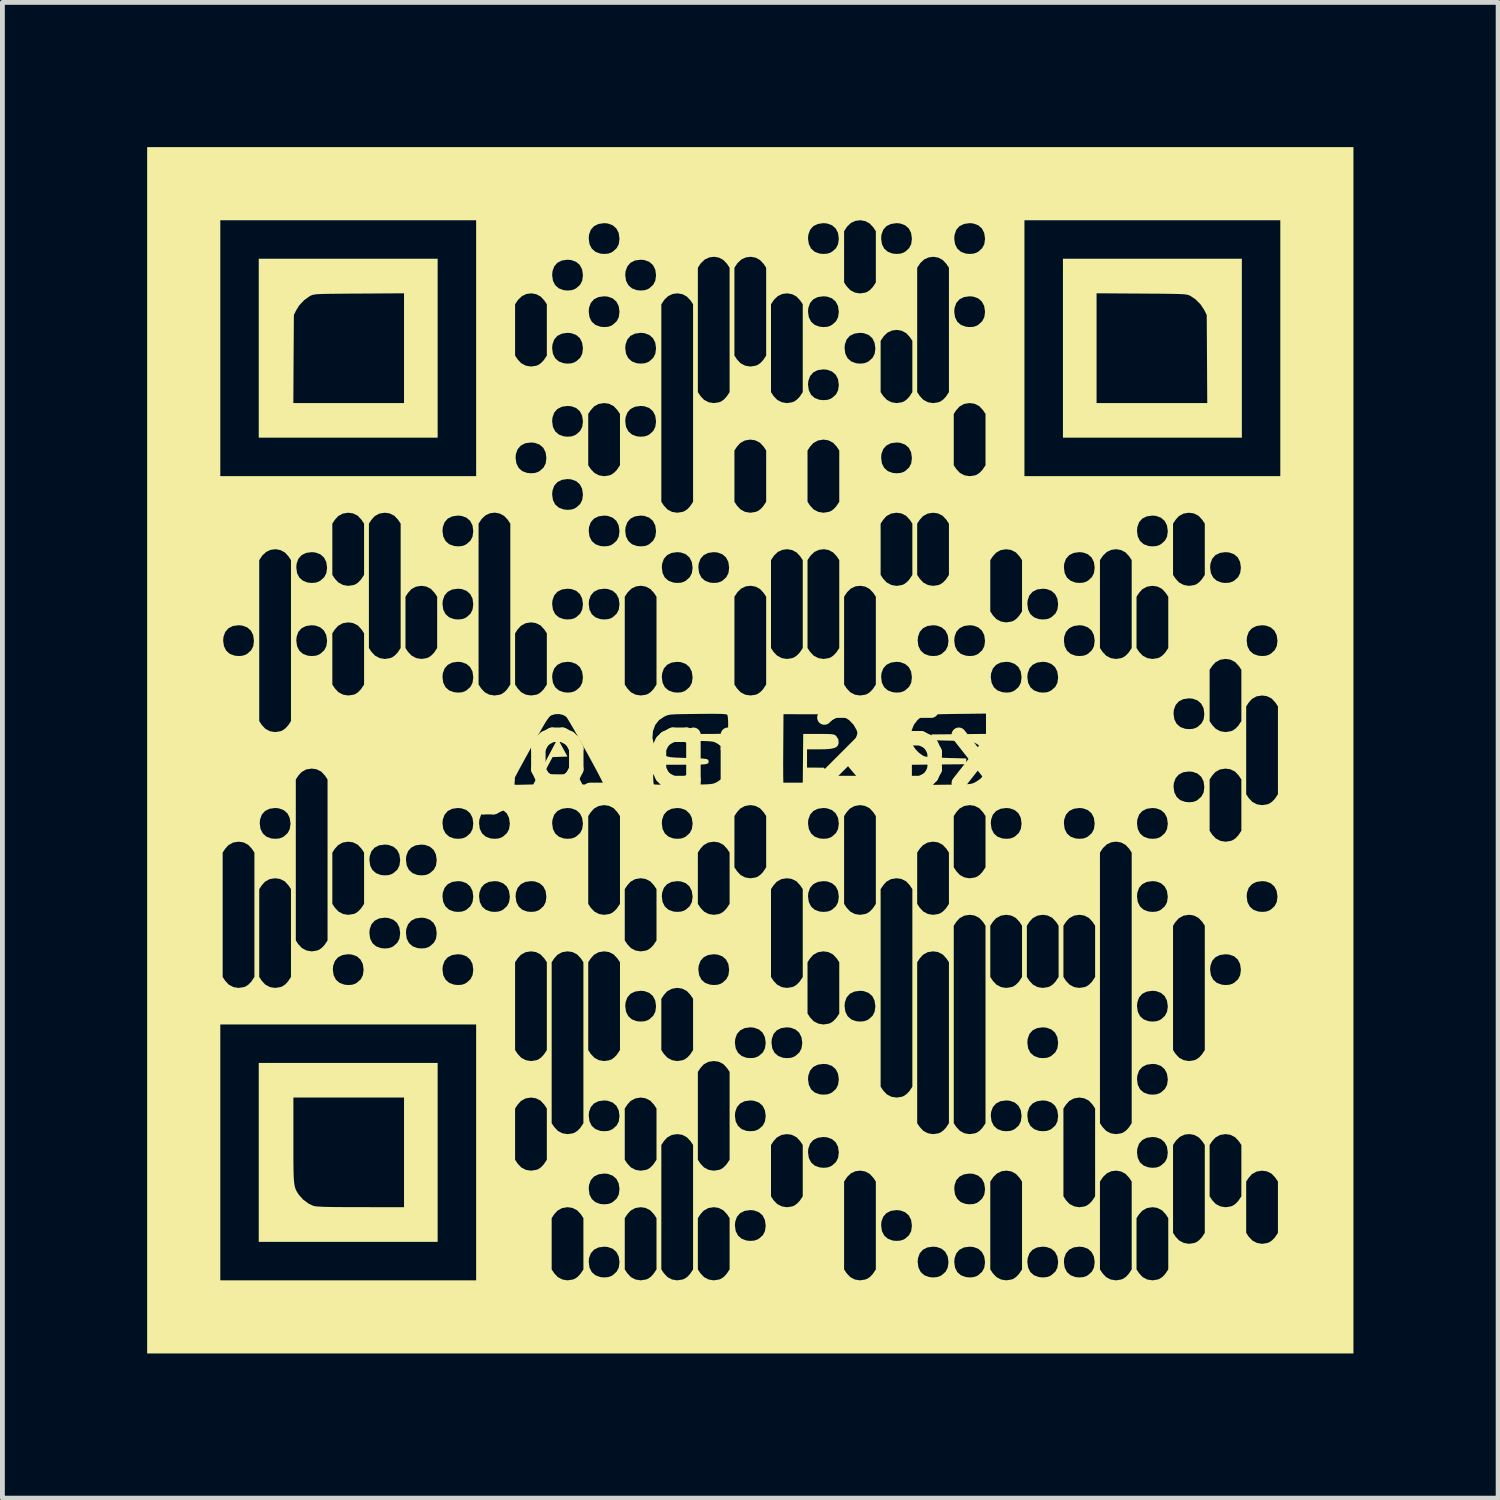
<source format=kicad_pcb>
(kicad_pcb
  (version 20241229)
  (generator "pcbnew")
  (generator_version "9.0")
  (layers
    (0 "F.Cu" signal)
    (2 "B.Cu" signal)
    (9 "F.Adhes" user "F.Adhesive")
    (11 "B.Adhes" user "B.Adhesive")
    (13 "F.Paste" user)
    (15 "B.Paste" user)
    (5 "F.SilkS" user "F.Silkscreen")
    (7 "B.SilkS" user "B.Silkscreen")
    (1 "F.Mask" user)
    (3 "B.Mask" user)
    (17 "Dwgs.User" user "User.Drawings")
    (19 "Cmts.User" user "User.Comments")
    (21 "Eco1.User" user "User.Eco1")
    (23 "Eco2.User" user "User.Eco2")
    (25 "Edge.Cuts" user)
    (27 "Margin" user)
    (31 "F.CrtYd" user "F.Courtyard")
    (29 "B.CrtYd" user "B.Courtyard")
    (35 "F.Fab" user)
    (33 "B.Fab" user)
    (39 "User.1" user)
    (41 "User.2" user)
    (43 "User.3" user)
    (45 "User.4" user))
  (footprint "logo_qr_25x25"
    (layer "F.Cu")
    (at 12.501 12.501)
    (property "Reference" "logo_qr_25x25" (at 0 0 0) (layer "F.SilkS") (effects (font (size 1.5 1.5) (thickness 0.3))))
    (attr board_only exclude_from_pos_files exclude_from_bom)
    (fp_poly (pts (xy -6.48 -8.334) (xy -6.48 -6.48) (xy -8.334 -6.48) (xy -10.188 -6.48) (xy -10.188 -7.197) (xy -9.471 -7.197) (xy -8.324 -7.197) (xy -7.177 -7.197) (xy -7.177 -8.334) (xy -7.177 -9.472) (xy -8.109 -9.466) (xy -8.326 -9.465) (xy -8.507 -9.463) (xy -8.655 -9.462) (xy -8.774 -9.46) (xy -8.868 -9.458) (xy -8.941 -9.455) (xy -8.996 -9.451) (xy -9.037 -9.446) (xy -9.067 -9.44) (xy -9.09 -9.432) (xy -9.111 -9.423) (xy -9.127 -9.415) (xy -9.246 -9.331) (xy -9.349 -9.221) (xy -9.412 -9.12) (xy -9.46 -9.022) (xy -9.466 -8.109) (xy -9.471 -7.197) (xy -10.188 -7.197) (xy -10.188 -8.334) (xy -10.188 -10.188) (xy -8.334 -10.188) (xy -6.48 -10.188)) (stroke (width 0) (type solid)) (fill yes) (layer "F.SilkS"))
    (fp_poly (pts (xy 10.188 -8.334) (xy 10.188 -6.48) (xy 8.334 -6.48) (xy 6.48 -6.48) (xy 6.48 -8.334) (xy 6.48 -8.334) (xy 7.177 -8.334) (xy 7.177 -7.197) (xy 8.324 -7.197) (xy 9.471 -7.197) (xy 9.466 -8.109) (xy 9.46 -9.022) (xy 9.412 -9.12) (xy 9.332 -9.242) (xy 9.226 -9.348) (xy 9.127 -9.415) (xy 9.107 -9.425) (xy 9.086 -9.434) (xy 9.061 -9.441) (xy 9.029 -9.447) (xy 8.986 -9.452) (xy 8.927 -9.455) (xy 8.851 -9.458) (xy 8.752 -9.46) (xy 8.626 -9.462) (xy 8.472 -9.464) (xy 8.284 -9.465) (xy 8.109 -9.466) (xy 7.177 -9.472) (xy 7.177 -8.334) (xy 6.48 -8.334) (xy 6.48 -10.188) (xy 8.334 -10.188) (xy 10.188 -10.188)) (stroke (width 0) (type solid)) (fill yes) (layer "F.SilkS"))
    (fp_poly (pts (xy -6.48 8.334) (xy -6.48 10.188) (xy -8.334 10.188) (xy -10.188 10.188) (xy -10.188 8.334) (xy -10.188 8.082) (xy -9.47 8.082) (xy -9.47 8.303) (xy -9.47 8.488) (xy -9.468 8.641) (xy -9.466 8.766) (xy -9.462 8.866) (xy -9.456 8.946) (xy -9.447 9.009) (xy -9.436 9.06) (xy -9.421 9.102) (xy -9.403 9.14) (xy -9.381 9.176) (xy -9.354 9.215) (xy -9.353 9.217) (xy -9.264 9.316) (xy -9.151 9.398) (xy -9.058 9.441) (xy -9.03 9.448) (xy -8.987 9.454) (xy -8.926 9.458) (xy -8.843 9.462) (xy -8.735 9.465) (xy -8.598 9.467) (xy -8.43 9.468) (xy -8.228 9.469) (xy -8.08 9.469) (xy -7.177 9.47) (xy -7.177 8.334) (xy -7.177 7.197) (xy -8.324 7.197) (xy -9.47 7.197) (xy -9.47 8.082) (xy -10.188 8.082) (xy -10.188 6.48) (xy -8.334 6.48) (xy -6.48 6.48)) (stroke (width 0) (type solid)) (fill yes) (layer "F.SilkS"))
    (fp_poly (pts (xy 12.501 -0.000001) (xy 12.501 12.501) (xy -0.000001 12.501) (xy -12.501 12.501) (xy -12.501 8.334) (xy -10.985 8.334) (xy -10.985 10.985) (xy -8.334 10.985) (xy -5.682 10.985) (xy -5.682 9.697) (xy -4.117 9.697) (xy -4.117 10.228) (xy -4.117 10.759) (xy -4.064 10.839) (xy -3.989 10.919) (xy -3.894 10.969) (xy -3.787 10.986) (xy -3.677 10.969) (xy -3.635 10.952) (xy -3.58 10.915) (xy -3.527 10.859) (xy -3.512 10.839) (xy -3.459 10.759) (xy -3.459 10.604) (xy -3.349 10.604) (xy -3.333 10.721) (xy -3.286 10.815) (xy -3.21 10.881) (xy -3.109 10.918) (xy -3.03 10.926) (xy -2.947 10.919) (xy -2.883 10.898) (xy -2.846 10.875) (xy -2.77 10.806) (xy -2.726 10.722) (xy -2.712 10.615) (xy -2.711 10.607) (xy -2.728 10.49) (xy -2.776 10.398) (xy -2.852 10.331) (xy -2.953 10.295) (xy -3.03 10.288) (xy -3.147 10.304) (xy -3.24 10.351) (xy -3.306 10.426) (xy -3.343 10.527) (xy -3.349 10.604) (xy -3.459 10.604) (xy -3.459 10.228) (xy -3.459 9.697) (xy -2.602 9.697) (xy -2.602 10.228) (xy -2.602 10.759) (xy -2.549 10.839) (xy -2.474 10.919) (xy -2.378 10.969) (xy -2.272 10.986) (xy -2.162 10.969) (xy -2.12 10.952) (xy -2.065 10.915) (xy -2.012 10.859) (xy -1.997 10.839) (xy -1.944 10.759) (xy -1.944 10.228) (xy -1.944 9.697) (xy -1.997 9.616) (xy -2.074 9.534) (xy -2.172 9.484) (xy -2.273 9.47) (xy -2.386 9.488) (xy -2.482 9.542) (xy -2.549 9.616) (xy -2.602 9.697) (xy -3.459 9.697) (xy -3.512 9.616) (xy -3.589 9.534) (xy -3.687 9.484) (xy -3.788 9.47) (xy -3.901 9.488) (xy -3.997 9.542) (xy -4.064 9.616) (xy -4.117 9.697) (xy -5.682 9.697) (xy -5.682 9.089) (xy -3.349 9.089) (xy -3.333 9.206) (xy -3.286 9.299) (xy -3.21 9.366) (xy -3.109 9.403) (xy -3.03 9.41) (xy -2.947 9.404) (xy -2.883 9.382) (xy -2.846 9.36) (xy -2.77 9.291) (xy -2.726 9.207) (xy -2.712 9.1) (xy -2.711 9.091) (xy -2.728 8.975) (xy -2.776 8.882) (xy -2.852 8.816) (xy -2.953 8.779) (xy -3.03 8.772) (xy -3.147 8.789) (xy -3.24 8.835) (xy -3.306 8.91) (xy -3.343 9.011) (xy -3.349 9.089) (xy -5.682 9.089) (xy -5.682 8.334) (xy -5.682 7.424) (xy -4.875 7.424) (xy -4.875 7.955) (xy -4.875 8.486) (xy -4.822 8.566) (xy -4.747 8.646) (xy -4.651 8.696) (xy -4.545 8.713) (xy -4.435 8.696) (xy -4.392 8.68) (xy -4.338 8.642) (xy -4.285 8.587) (xy -4.27 8.566) (xy -4.217 8.486) (xy -4.217 7.955) (xy -4.217 7.424) (xy -4.27 7.344) (xy -4.347 7.261) (xy -4.445 7.212) (xy -4.546 7.197) (xy -4.659 7.216) (xy -4.755 7.269) (xy -4.822 7.344) (xy -4.875 7.424) (xy -5.682 7.424) (xy -5.682 5.682) (xy -8.334 5.682) (xy -10.985 5.682) (xy -10.985 8.334) (xy -12.501 8.334) (xy -12.501 2.12) (xy -10.936 2.12) (xy -10.936 3.409) (xy -10.936 4.698) (xy -10.883 4.778) (xy -10.808 4.858) (xy -10.712 4.908) (xy -10.606 4.925) (xy -10.496 4.908) (xy -10.453 4.891) (xy -10.399 4.854) (xy -10.346 4.799) (xy -10.331 4.778) (xy -10.278 4.698) (xy -10.278 3.409) (xy -10.278 2.878) (xy -10.178 2.878) (xy -10.178 3.788) (xy -10.178 4.698) (xy -10.125 4.778) (xy -10.05 4.858) (xy -9.955 4.908) (xy -9.848 4.925) (xy -9.738 4.908) (xy -9.696 4.891) (xy -9.641 4.854) (xy -9.588 4.799) (xy -9.573 4.778) (xy -9.52 4.698) (xy -9.52 4.543) (xy -8.653 4.543) (xy -8.636 4.661) (xy -8.589 4.754) (xy -8.514 4.82) (xy -8.413 4.857) (xy -8.333 4.865) (xy -8.251 4.859) (xy -8.186 4.837) (xy -8.149 4.814) (xy -8.073 4.745) (xy -8.03 4.661) (xy -8.015 4.554) (xy -8.015 4.546) (xy -8.015 4.543) (xy -6.38 4.543) (xy -6.364 4.661) (xy -6.316 4.754) (xy -6.241 4.82) (xy -6.14 4.857) (xy -6.061 4.865) (xy -5.978 4.859) (xy -5.914 4.837) (xy -5.876 4.814) (xy -5.8 4.745) (xy -5.757 4.661) (xy -5.742 4.554) (xy -5.742 4.546) (xy -5.758 4.429) (xy -5.777 4.393) (xy -4.875 4.393) (xy -4.875 5.303) (xy -4.875 6.213) (xy -4.822 6.293) (xy -4.747 6.373) (xy -4.651 6.423) (xy -4.545 6.441) (xy -4.435 6.424) (xy -4.392 6.407) (xy -4.338 6.369) (xy -4.285 6.314) (xy -4.27 6.294) (xy -4.217 6.213) (xy -4.217 5.303) (xy -4.217 4.393) (xy -4.117 4.393) (xy -4.117 6.061) (xy -4.117 7.729) (xy -4.064 7.808) (xy -3.989 7.888) (xy -3.894 7.938) (xy -3.787 7.956) (xy -3.677 7.939) (xy -3.635 7.922) (xy -3.58 7.884) (xy -3.527 7.829) (xy -3.512 7.809) (xy -3.459 7.729) (xy -3.459 7.574) (xy -3.349 7.574) (xy -3.333 7.691) (xy -3.286 7.784) (xy -3.21 7.851) (xy -3.109 7.888) (xy -3.03 7.895) (xy -2.947 7.889) (xy -2.883 7.867) (xy -2.846 7.845) (xy -2.77 7.776) (xy -2.726 7.692) (xy -2.712 7.584) (xy -2.711 7.576) (xy -2.728 7.46) (xy -2.747 7.424) (xy -2.602 7.424) (xy -2.602 7.955) (xy -2.602 8.486) (xy -2.549 8.566) (xy -2.474 8.646) (xy -2.378 8.696) (xy -2.272 8.713) (xy -2.162 8.696) (xy -2.12 8.68) (xy -2.065 8.642) (xy -2.012 8.587) (xy -1.997 8.566) (xy -1.944 8.486) (xy -1.944 8.181) (xy -1.844 8.181) (xy -1.844 9.47) (xy -1.844 10.759) (xy -1.791 10.839) (xy -1.716 10.919) (xy -1.621 10.969) (xy -1.514 10.986) (xy -1.405 10.969) (xy -1.362 10.952) (xy -1.307 10.915) (xy -1.254 10.859) (xy -1.239 10.839) (xy -1.186 10.759) (xy -1.186 9.697) (xy -1.087 9.697) (xy -1.087 10.228) (xy -1.087 10.759) (xy -1.034 10.839) (xy -0.959 10.919) (xy -0.863 10.969) (xy -0.757 10.986) (xy -0.647 10.969) (xy -0.604 10.952) (xy -0.55 10.915) (xy -0.497 10.859) (xy -0.482 10.839) (xy -0.429 10.759) (xy -0.429 10.228) (xy -0.429 9.847) (xy -0.319 9.847) (xy -0.303 9.964) (xy -0.255 10.057) (xy -0.18 10.123) (xy -0.079 10.161) (xy 0.000356 10.168) (xy 0.083 10.162) (xy 0.147 10.14) (xy 0.185 10.118) (xy 0.261 10.049) (xy 0.304 9.965) (xy 0.319 9.857) (xy 0.319 9.849) (xy 0.302 9.733) (xy 0.255 9.64) (xy 0.179 9.574) (xy 0.077 9.537) (xy 0.000356 9.53) (xy -0.117 9.546) (xy -0.21 9.593) (xy -0.276 9.668) (xy -0.312 9.769) (xy -0.319 9.847) (xy -0.429 9.847) (xy -0.429 9.697) (xy -0.482 9.616) (xy -0.559 9.534) (xy -0.657 9.484) (xy -0.758 9.47) (xy -0.871 9.488) (xy -0.967 9.542) (xy -1.034 9.616) (xy -1.087 9.697) (xy -1.186 9.697) (xy -1.186 9.47) (xy -1.186 8.181) (xy -1.239 8.101) (xy -1.316 8.019) (xy -1.414 7.969) (xy -1.515 7.955) (xy -1.628 7.973) (xy -1.724 8.026) (xy -1.791 8.101) (xy -1.844 8.181) (xy -1.944 8.181) (xy -1.944 7.955) (xy -1.944 7.424) (xy -1.997 7.344) (xy -2.074 7.261) (xy -2.172 7.212) (xy -2.273 7.197) (xy -2.386 7.216) (xy -2.482 7.269) (xy -2.549 7.344) (xy -2.602 7.424) (xy -2.747 7.424) (xy -2.776 7.367) (xy -2.852 7.301) (xy -2.953 7.264) (xy -3.03 7.257) (xy -3.147 7.273) (xy -3.24 7.32) (xy -3.306 7.395) (xy -3.343 7.496) (xy -3.349 7.574) (xy -3.459 7.574) (xy -3.459 6.666) (xy -1.087 6.666) (xy -1.087 7.576) (xy -1.087 8.486) (xy -1.034 8.566) (xy -0.959 8.646) (xy -0.863 8.696) (xy -0.757 8.713) (xy -0.647 8.696) (xy -0.604 8.68) (xy -0.55 8.642) (xy -0.497 8.587) (xy -0.482 8.566) (xy -0.429 8.486) (xy -0.429 8.181) (xy 0.429 8.181) (xy 0.429 8.713) (xy 0.429 9.244) (xy 0.481 9.324) (xy 0.557 9.404) (xy 0.652 9.453) (xy 0.759 9.471) (xy 0.868 9.454) (xy 0.911 9.437) (xy 0.965 9.399) (xy 1.019 9.344) (xy 1.034 9.324) (xy 1.087 9.244) (xy 1.087 8.939) (xy 1.944 8.939) (xy 1.944 9.849) (xy 1.944 10.759) (xy 1.997 10.839) (xy 2.072 10.919) (xy 2.167 10.969) (xy 2.274 10.986) (xy 2.383 10.969) (xy 2.426 10.952) (xy 2.481 10.915) (xy 2.534 10.859) (xy 2.549 10.839) (xy 2.602 10.759) (xy 2.602 10.604) (xy 3.469 10.604) (xy 3.485 10.721) (xy 3.533 10.815) (xy 3.608 10.881) (xy 3.709 10.918) (xy 3.788 10.926) (xy 3.871 10.919) (xy 3.935 10.898) (xy 3.973 10.875) (xy 4.049 10.806) (xy 4.092 10.722) (xy 4.107 10.615) (xy 4.107 10.607) (xy 4.107 10.604) (xy 4.227 10.604) (xy 4.243 10.721) (xy 4.29 10.815) (xy 4.366 10.881) (xy 4.467 10.918) (xy 4.546 10.926) (xy 4.629 10.919) (xy 4.693 10.898) (xy 4.73 10.875) (xy 4.806 10.806) (xy 4.85 10.722) (xy 4.865 10.615) (xy 4.865 10.607) (xy 4.848 10.49) (xy 4.8 10.398) (xy 4.724 10.331) (xy 4.623 10.295) (xy 4.546 10.288) (xy 4.429 10.304) (xy 4.336 10.351) (xy 4.27 10.426) (xy 4.234 10.527) (xy 4.227 10.604) (xy 4.107 10.604) (xy 4.091 10.49) (xy 4.043 10.398) (xy 3.967 10.331) (xy 3.865 10.295) (xy 3.788 10.288) (xy 3.671 10.304) (xy 3.578 10.351) (xy 3.512 10.426) (xy 3.476 10.527) (xy 3.469 10.604) (xy 2.602 10.604) (xy 2.602 9.849) (xy 2.602 9.847) (xy 2.712 9.847) (xy 2.728 9.964) (xy 2.775 10.057) (xy 2.851 10.123) (xy 2.952 10.161) (xy 3.031 10.168) (xy 3.113 10.162) (xy 3.178 10.14) (xy 3.215 10.118) (xy 3.291 10.049) (xy 3.335 9.965) (xy 3.349 9.857) (xy 3.349 9.849) (xy 3.333 9.733) (xy 3.285 9.64) (xy 3.209 9.574) (xy 3.108 9.537) (xy 3.031 9.53) (xy 2.913 9.546) (xy 2.821 9.593) (xy 2.755 9.668) (xy 2.718 9.769) (xy 2.712 9.847) (xy 2.602 9.847) (xy 2.602 9.089) (xy 4.227 9.089) (xy 4.243 9.206) (xy 4.29 9.299) (xy 4.366 9.366) (xy 4.467 9.403) (xy 4.546 9.41) (xy 4.629 9.404) (xy 4.693 9.382) (xy 4.73 9.36) (xy 4.806 9.291) (xy 4.85 9.207) (xy 4.865 9.1) (xy 4.865 9.091) (xy 4.848 8.975) (xy 4.83 8.939) (xy 4.974 8.939) (xy 4.974 9.849) (xy 4.974 10.759) (xy 5.027 10.839) (xy 5.102 10.919) (xy 5.198 10.969) (xy 5.304 10.986) (xy 5.414 10.969) (xy 5.457 10.952) (xy 5.511 10.915) (xy 5.564 10.859) (xy 5.579 10.839) (xy 5.632 10.759) (xy 5.632 10.604) (xy 5.742 10.604) (xy 5.758 10.721) (xy 5.805 10.815) (xy 5.881 10.881) (xy 5.982 10.918) (xy 6.061 10.926) (xy 6.144 10.919) (xy 6.208 10.898) (xy 6.245 10.875) (xy 6.322 10.806) (xy 6.365 10.722) (xy 6.38 10.615) (xy 6.38 10.607) (xy 6.38 10.604) (xy 6.5 10.604) (xy 6.516 10.721) (xy 6.563 10.815) (xy 6.639 10.881) (xy 6.74 10.918) (xy 6.819 10.926) (xy 6.902 10.919) (xy 6.966 10.898) (xy 7.003 10.875) (xy 7.079 10.806) (xy 7.123 10.722) (xy 7.137 10.615) (xy 7.138 10.607) (xy 7.121 10.49) (xy 7.073 10.398) (xy 6.997 10.331) (xy 6.896 10.295) (xy 6.819 10.288) (xy 6.702 10.304) (xy 6.609 10.351) (xy 6.543 10.426) (xy 6.506 10.527) (xy 6.5 10.604) (xy 6.38 10.604) (xy 6.363 10.49) (xy 6.316 10.398) (xy 6.24 10.331) (xy 6.138 10.295) (xy 6.061 10.288) (xy 5.944 10.304) (xy 5.851 10.351) (xy 5.785 10.426) (xy 5.749 10.527) (xy 5.742 10.604) (xy 5.632 10.604) (xy 5.632 9.849) (xy 5.632 8.939) (xy 5.579 8.859) (xy 5.505 8.779) (xy 5.413 8.73) (xy 5.313 8.712) (xy 5.212 8.724) (xy 5.118 8.767) (xy 5.04 8.841) (xy 5.027 8.859) (xy 4.974 8.939) (xy 4.83 8.939) (xy 4.8 8.882) (xy 4.724 8.816) (xy 4.623 8.779) (xy 4.546 8.772) (xy 4.429 8.789) (xy 4.336 8.835) (xy 4.27 8.91) (xy 4.234 9.011) (xy 4.227 9.089) (xy 2.602 9.089) (xy 2.602 8.939) (xy 2.549 8.859) (xy 2.474 8.779) (xy 2.383 8.73) (xy 2.282 8.712) (xy 2.181 8.724) (xy 2.087 8.767) (xy 2.009 8.841) (xy 1.997 8.859) (xy 1.944 8.939) (xy 1.087 8.939) (xy 1.087 8.713) (xy 1.087 8.331) (xy 1.196 8.331) (xy 1.213 8.449) (xy 1.26 8.542) (xy 1.335 8.608) (xy 1.436 8.645) (xy 1.516 8.653) (xy 1.598 8.647) (xy 1.663 8.625) (xy 1.7 8.602) (xy 1.776 8.534) (xy 1.819 8.449) (xy 1.834 8.342) (xy 1.834 8.334) (xy 1.818 8.217) (xy 1.77 8.125) (xy 1.694 8.059) (xy 1.593 8.022) (xy 1.516 8.015) (xy 1.398 8.031) (xy 1.305 8.078) (xy 1.24 8.153) (xy 1.203 8.254) (xy 1.196 8.331) (xy 1.087 8.331) (xy 1.087 8.181) (xy 1.034 8.101) (xy 0.957 8.019) (xy 0.859 7.969) (xy 0.758 7.955) (xy 0.644 7.973) (xy 0.549 8.026) (xy 0.482 8.101) (xy 0.429 8.181) (xy -0.429 8.181) (xy -0.429 7.576) (xy -0.429 7.574) (xy -0.319 7.574) (xy -0.303 7.691) (xy -0.255 7.784) (xy -0.18 7.851) (xy -0.079 7.888) (xy 0.000356 7.895) (xy 0.083 7.889) (xy 0.147 7.867) (xy 0.185 7.845) (xy 0.261 7.776) (xy 0.304 7.692) (xy 0.319 7.584) (xy 0.319 7.576) (xy 0.302 7.46) (xy 0.255 7.367) (xy 0.179 7.301) (xy 0.077 7.264) (xy 0.000356 7.257) (xy -0.117 7.273) (xy -0.21 7.32) (xy -0.276 7.395) (xy -0.312 7.496) (xy -0.319 7.574) (xy -0.429 7.574) (xy -0.429 6.816) (xy 1.196 6.816) (xy 1.213 6.933) (xy 1.26 7.027) (xy 1.335 7.093) (xy 1.436 7.13) (xy 1.516 7.137) (xy 1.598 7.131) (xy 1.663 7.109) (xy 1.7 7.087) (xy 1.776 7.018) (xy 1.819 6.934) (xy 1.834 6.827) (xy 1.834 6.819) (xy 1.818 6.702) (xy 1.77 6.61) (xy 1.694 6.543) (xy 1.593 6.506) (xy 1.516 6.5) (xy 1.398 6.516) (xy 1.305 6.563) (xy 1.24 6.638) (xy 1.203 6.739) (xy 1.196 6.816) (xy -0.429 6.816) (xy -0.429 6.666) (xy -0.482 6.586) (xy -0.559 6.503) (xy -0.657 6.454) (xy -0.758 6.44) (xy -0.871 6.458) (xy -0.967 6.511) (xy -1.034 6.586) (xy -1.087 6.666) (xy -3.459 6.666) (xy -3.459 6.061) (xy -3.459 4.393) (xy -3.359 4.393) (xy -3.359 5.303) (xy -3.359 6.213) (xy -3.307 6.293) (xy -3.231 6.373) (xy -3.136 6.423) (xy -3.029 6.441) (xy -2.92 6.424) (xy -2.877 6.407) (xy -2.823 6.369) (xy -2.769 6.314) (xy -2.755 6.294) (xy -2.701 6.213) (xy -2.701 5.303) (xy -2.701 5.301) (xy -2.592 5.301) (xy -2.576 5.418) (xy -2.528 5.511) (xy -2.453 5.578) (xy -2.352 5.615) (xy -2.272 5.622) (xy -2.19 5.616) (xy -2.125 5.594) (xy -2.088 5.572) (xy -2.012 5.503) (xy -1.969 5.419) (xy -1.954 5.312) (xy -1.954 5.303) (xy -1.97 5.187) (xy -1.989 5.151) (xy -1.844 5.151) (xy -1.844 5.682) (xy -1.844 6.213) (xy -1.791 6.293) (xy -1.716 6.373) (xy -1.621 6.423) (xy -1.514 6.441) (xy -1.405 6.424) (xy -1.362 6.407) (xy -1.307 6.369) (xy -1.254 6.314) (xy -1.239 6.294) (xy -1.186 6.213) (xy -1.186 6.059) (xy -0.319 6.059) (xy -0.303 6.176) (xy -0.255 6.269) (xy -0.18 6.335) (xy -0.079 6.373) (xy 0.000356 6.38) (xy 0.083 6.374) (xy 0.147 6.352) (xy 0.185 6.329) (xy 0.261 6.261) (xy 0.304 6.176) (xy 0.319 6.069) (xy 0.319 6.061) (xy 0.319 6.059) (xy 0.439 6.059) (xy 0.455 6.176) (xy 0.502 6.269) (xy 0.578 6.335) (xy 0.679 6.373) (xy 0.758 6.38) (xy 0.841 6.374) (xy 0.905 6.352) (xy 0.942 6.329) (xy 1.018 6.261) (xy 1.062 6.176) (xy 1.077 6.069) (xy 1.077 6.061) (xy 1.06 5.945) (xy 1.012 5.852) (xy 0.936 5.786) (xy 0.835 5.749) (xy 0.758 5.742) (xy 0.641 5.758) (xy 0.548 5.805) (xy 0.482 5.88) (xy 0.446 5.981) (xy 0.439 6.059) (xy 0.319 6.059) (xy 0.302 5.945) (xy 0.255 5.852) (xy 0.179 5.786) (xy 0.077 5.749) (xy 0.000356 5.742) (xy -0.117 5.758) (xy -0.21 5.805) (xy -0.276 5.88) (xy -0.312 5.981) (xy -0.319 6.059) (xy -1.186 6.059) (xy -1.186 5.682) (xy -1.186 5.151) (xy -1.239 5.071) (xy -1.316 4.988) (xy -1.414 4.939) (xy -1.515 4.924) (xy -1.628 4.943) (xy -1.724 4.996) (xy -1.791 5.071) (xy -1.844 5.151) (xy -1.989 5.151) (xy -2.018 5.094) (xy -2.094 5.028) (xy -2.195 4.991) (xy -2.272 4.984) (xy -2.39 5.001) (xy -2.483 5.047) (xy -2.548 5.122) (xy -2.585 5.223) (xy -2.592 5.301) (xy -2.701 5.301) (xy -2.701 4.543) (xy -1.077 4.543) (xy -1.06 4.661) (xy -1.013 4.754) (xy -0.938 4.82) (xy -0.836 4.857) (xy -0.757 4.865) (xy -0.675 4.859) (xy -0.61 4.837) (xy -0.573 4.814) (xy -0.497 4.745) (xy -0.453 4.661) (xy -0.439 4.554) (xy -0.439 4.546) (xy -0.455 4.429) (xy -0.503 4.337) (xy -0.579 4.27) (xy -0.68 4.234) (xy -0.757 4.227) (xy -0.875 4.243) (xy -0.967 4.29) (xy -1.033 4.365) (xy -1.07 4.466) (xy -1.077 4.543) (xy -2.701 4.543) (xy -2.701 4.393) (xy -2.755 4.313) (xy -2.832 4.231) (xy -2.929 4.181) (xy -3.03 4.167) (xy -3.144 4.185) (xy -3.239 4.238) (xy -3.306 4.313) (xy -3.359 4.393) (xy -3.459 4.393) (xy -3.512 4.313) (xy -3.589 4.231) (xy -3.687 4.181) (xy -3.788 4.167) (xy -3.901 4.185) (xy -3.997 4.238) (xy -4.064 4.313) (xy -4.117 4.393) (xy -4.217 4.393) (xy -4.27 4.313) (xy -4.347 4.231) (xy -4.445 4.181) (xy -4.546 4.167) (xy -4.659 4.185) (xy -4.755 4.238) (xy -4.822 4.313) (xy -4.875 4.393) (xy -5.777 4.393) (xy -5.806 4.337) (xy -5.882 4.27) (xy -5.984 4.234) (xy -6.061 4.227) (xy -6.178 4.243) (xy -6.271 4.29) (xy -6.336 4.365) (xy -6.373 4.466) (xy -6.38 4.543) (xy -8.015 4.543) (xy -8.031 4.429) (xy -8.079 4.337) (xy -8.155 4.27) (xy -8.256 4.234) (xy -8.333 4.227) (xy -8.451 4.243) (xy -8.544 4.29) (xy -8.609 4.365) (xy -8.646 4.466) (xy -8.653 4.543) (xy -9.52 4.543) (xy -9.52 3.788) (xy -9.52 2.878) (xy -9.573 2.798) (xy -9.65 2.715) (xy -9.748 2.666) (xy -9.849 2.652) (xy -9.962 2.67) (xy -10.058 2.723) (xy -10.125 2.798) (xy -10.178 2.878) (xy -10.278 2.878) (xy -10.278 2.12) (xy -10.331 2.04) (xy -10.408 1.958) (xy -10.506 1.908) (xy -10.607 1.894) (xy -10.72 1.912) (xy -10.816 1.966) (xy -10.883 2.04) (xy -10.936 2.12) (xy -12.501 2.12) (xy -12.501 1.513) (xy -10.168 1.513) (xy -10.152 1.63) (xy -10.104 1.723) (xy -10.029 1.79) (xy -9.928 1.827) (xy -9.849 1.834) (xy -9.766 1.828) (xy -9.702 1.806) (xy -9.664 1.784) (xy -9.588 1.715) (xy -9.545 1.631) (xy -9.53 1.523) (xy -9.53 1.515) (xy -9.547 1.399) (xy -9.594 1.306) (xy -9.67 1.24) (xy -9.772 1.203) (xy -9.849 1.196) (xy -9.966 1.212) (xy -10.059 1.259) (xy -10.125 1.334) (xy -10.161 1.435) (xy -10.168 1.513) (xy -12.501 1.513) (xy -12.501 0.605) (xy -9.42 0.605) (xy -9.42 2.273) (xy -9.42 3.941) (xy -9.368 4.02) (xy -9.292 4.1) (xy -9.197 4.15) (xy -9.09 4.168) (xy -8.981 4.151) (xy -8.938 4.134) (xy -8.883 4.096) (xy -8.83 4.041) (xy -8.815 4.021) (xy -8.762 3.941) (xy -8.762 3.786) (xy -7.895 3.786) (xy -7.879 3.903) (xy -7.832 3.996) (xy -7.756 4.063) (xy -7.655 4.1) (xy -7.576 4.107) (xy -7.493 4.101) (xy -7.429 4.079) (xy -7.392 4.057) (xy -7.315 3.988) (xy -7.272 3.904) (xy -7.257 3.796) (xy -7.257 3.788) (xy -7.257 3.786) (xy -7.137 3.786) (xy -7.121 3.903) (xy -7.074 3.996) (xy -6.998 4.063) (xy -6.897 4.1) (xy -6.818 4.107) (xy -6.736 4.101) (xy -6.671 4.079) (xy -6.634 4.057) (xy -6.558 3.988) (xy -6.514 3.904) (xy -6.5 3.796) (xy -6.5 3.788) (xy -6.516 3.672) (xy -6.564 3.579) (xy -6.64 3.513) (xy -6.741 3.476) (xy -6.818 3.469) (xy -6.936 3.485) (xy -7.028 3.532) (xy -7.094 3.607) (xy -7.131 3.708) (xy -7.137 3.786) (xy -7.257 3.786) (xy -7.274 3.672) (xy -7.321 3.579) (xy -7.397 3.513) (xy -7.499 3.476) (xy -7.576 3.469) (xy -7.693 3.485) (xy -7.786 3.532) (xy -7.852 3.607) (xy -7.888 3.708) (xy -7.895 3.786) (xy -8.762 3.786) (xy -8.762 2.273) (xy -8.762 2.12) (xy -8.663 2.12) (xy -8.663 2.652) (xy -8.663 3.183) (xy -8.61 3.263) (xy -8.535 3.343) (xy -8.439 3.393) (xy -8.333 3.41) (xy -8.223 3.393) (xy -8.18 3.376) (xy -8.126 3.338) (xy -8.073 3.283) (xy -8.058 3.263) (xy -8.005 3.183) (xy -8.005 3.028) (xy -6.38 3.028) (xy -6.364 3.145) (xy -6.316 3.238) (xy -6.241 3.305) (xy -6.14 3.342) (xy -6.061 3.349) (xy -5.978 3.343) (xy -5.914 3.321) (xy -5.876 3.299) (xy -5.8 3.23) (xy -5.757 3.146) (xy -5.742 3.039) (xy -5.742 3.03) (xy -5.742 3.028) (xy -5.622 3.028) (xy -5.606 3.145) (xy -5.559 3.238) (xy -5.483 3.305) (xy -5.382 3.342) (xy -5.303 3.349) (xy -5.22 3.343) (xy -5.156 3.321) (xy -5.119 3.299) (xy -5.043 3.23) (xy -4.999 3.146) (xy -4.984 3.039) (xy -4.984 3.03) (xy -4.985 3.028) (xy -4.865 3.028) (xy -4.848 3.145) (xy -4.801 3.238) (xy -4.726 3.305) (xy -4.624 3.342) (xy -4.545 3.349) (xy -4.463 3.343) (xy -4.398 3.321) (xy -4.361 3.299) (xy -4.285 3.23) (xy -4.241 3.146) (xy -4.227 3.039) (xy -4.227 3.03) (xy -4.243 2.914) (xy -4.291 2.821) (xy -4.367 2.755) (xy -4.468 2.718) (xy -4.545 2.712) (xy -4.663 2.728) (xy -4.755 2.775) (xy -4.821 2.85) (xy -4.858 2.95) (xy -4.865 3.028) (xy -4.985 3.028) (xy -5.001 2.914) (xy -5.049 2.821) (xy -5.125 2.755) (xy -5.226 2.718) (xy -5.303 2.712) (xy -5.42 2.728) (xy -5.513 2.775) (xy -5.579 2.85) (xy -5.615 2.95) (xy -5.622 3.028) (xy -5.742 3.028) (xy -5.758 2.914) (xy -5.806 2.821) (xy -5.882 2.755) (xy -5.984 2.718) (xy -6.061 2.712) (xy -6.178 2.728) (xy -6.271 2.775) (xy -6.336 2.85) (xy -6.373 2.95) (xy -6.38 3.028) (xy -8.005 3.028) (xy -8.005 2.652) (xy -8.005 2.27) (xy -7.895 2.27) (xy -7.879 2.388) (xy -7.832 2.481) (xy -7.756 2.547) (xy -7.655 2.585) (xy -7.576 2.592) (xy -7.493 2.586) (xy -7.429 2.564) (xy -7.392 2.541) (xy -7.315 2.473) (xy -7.272 2.388) (xy -7.257 2.281) (xy -7.257 2.273) (xy -7.257 2.27) (xy -7.137 2.27) (xy -7.121 2.388) (xy -7.074 2.481) (xy -6.998 2.547) (xy -6.897 2.585) (xy -6.818 2.592) (xy -6.736 2.586) (xy -6.671 2.564) (xy -6.634 2.541) (xy -6.558 2.473) (xy -6.514 2.388) (xy -6.5 2.281) (xy -6.5 2.273) (xy -6.516 2.157) (xy -6.564 2.064) (xy -6.64 1.998) (xy -6.741 1.961) (xy -6.818 1.954) (xy -6.936 1.97) (xy -7.028 2.017) (xy -7.094 2.092) (xy -7.131 2.193) (xy -7.137 2.27) (xy -7.257 2.27) (xy -7.274 2.157) (xy -7.321 2.064) (xy -7.397 1.998) (xy -7.499 1.961) (xy -7.576 1.954) (xy -7.693 1.97) (xy -7.786 2.017) (xy -7.852 2.092) (xy -7.888 2.193) (xy -7.895 2.27) (xy -8.005 2.27) (xy -8.005 2.12) (xy -8.058 2.04) (xy -8.135 1.958) (xy -8.233 1.908) (xy -8.334 1.894) (xy -8.447 1.912) (xy -8.543 1.966) (xy -8.61 2.04) (xy -8.663 2.12) (xy -8.762 2.12) (xy -8.762 1.513) (xy -6.38 1.513) (xy -6.364 1.63) (xy -6.316 1.723) (xy -6.241 1.79) (xy -6.14 1.827) (xy -6.061 1.834) (xy -5.978 1.828) (xy -5.914 1.806) (xy -5.876 1.784) (xy -5.8 1.715) (xy -5.757 1.631) (xy -5.742 1.523) (xy -5.742 1.515) (xy -5.742 1.513) (xy -5.622 1.513) (xy -5.606 1.63) (xy -5.559 1.723) (xy -5.483 1.79) (xy -5.382 1.827) (xy -5.303 1.834) (xy -5.22 1.828) (xy -5.156 1.806) (xy -5.119 1.784) (xy -5.043 1.715) (xy -4.999 1.631) (xy -4.984 1.523) (xy -4.984 1.515) (xy -4.985 1.513) (xy -4.107 1.513) (xy -4.091 1.63) (xy -4.044 1.723) (xy -3.968 1.79) (xy -3.867 1.827) (xy -3.788 1.834) (xy -3.705 1.828) (xy -3.641 1.806) (xy -3.604 1.784) (xy -3.527 1.715) (xy -3.484 1.631) (xy -3.469 1.523) (xy -3.469 1.515) (xy -3.486 1.399) (xy -3.504 1.363) (xy -3.359 1.363) (xy -3.359 2.273) (xy -3.359 3.183) (xy -3.307 3.263) (xy -3.231 3.343) (xy -3.136 3.393) (xy -3.029 3.41) (xy -2.92 3.393) (xy -2.877 3.376) (xy -2.823 3.338) (xy -2.769 3.283) (xy -2.755 3.263) (xy -2.701 3.183) (xy -2.701 2.878) (xy -2.602 2.878) (xy -2.602 3.409) (xy -2.602 3.941) (xy -2.549 4.02) (xy -2.474 4.1) (xy -2.378 4.15) (xy -2.272 4.168) (xy -2.162 4.151) (xy -2.12 4.134) (xy -2.065 4.096) (xy -2.012 4.041) (xy -1.997 4.021) (xy -1.944 3.941) (xy -1.944 3.409) (xy -1.944 3.028) (xy -1.834 3.028) (xy -1.818 3.145) (xy -1.771 3.238) (xy -1.695 3.305) (xy -1.594 3.342) (xy -1.515 3.349) (xy -1.432 3.343) (xy -1.368 3.321) (xy -1.331 3.299) (xy -1.255 3.23) (xy -1.211 3.146) (xy -1.196 3.039) (xy -1.196 3.03) (xy -1.213 2.914) (xy -1.261 2.821) (xy -1.336 2.755) (xy -1.438 2.718) (xy -1.515 2.712) (xy -1.632 2.728) (xy -1.725 2.775) (xy -1.791 2.85) (xy -1.827 2.95) (xy -1.834 3.028) (xy -1.944 3.028) (xy -1.944 2.878) (xy -1.997 2.798) (xy -2.074 2.715) (xy -2.172 2.666) (xy -2.273 2.652) (xy -2.386 2.67) (xy -2.482 2.723) (xy -2.549 2.798) (xy -2.602 2.878) (xy -2.701 2.878) (xy -2.701 2.273) (xy -2.701 2.12) (xy -1.087 2.12) (xy -1.087 2.652) (xy -1.087 3.183) (xy -1.034 3.263) (xy -0.959 3.343) (xy -0.863 3.393) (xy -0.757 3.41) (xy -0.647 3.393) (xy -0.604 3.376) (xy -0.55 3.338) (xy -0.497 3.283) (xy -0.482 3.263) (xy -0.429 3.183) (xy -0.429 2.878) (xy 0.429 2.878) (xy 0.429 3.788) (xy 0.429 4.698) (xy 0.481 4.778) (xy 0.557 4.858) (xy 0.652 4.908) (xy 0.759 4.925) (xy 0.868 4.908) (xy 0.911 4.891) (xy 0.965 4.854) (xy 1.019 4.799) (xy 1.034 4.778) (xy 1.087 4.698) (xy 1.087 4.393) (xy 1.186 4.393) (xy 1.186 4.924) (xy 1.186 5.456) (xy 1.239 5.536) (xy 1.314 5.616) (xy 1.41 5.665) (xy 1.516 5.683) (xy 1.626 5.666) (xy 1.669 5.649) (xy 1.723 5.611) (xy 1.776 5.556) (xy 1.791 5.536) (xy 1.844 5.456) (xy 1.844 5.301) (xy 1.954 5.301) (xy 1.97 5.418) (xy 2.017 5.511) (xy 2.093 5.578) (xy 2.194 5.615) (xy 2.273 5.622) (xy 2.356 5.616) (xy 2.42 5.594) (xy 2.457 5.572) (xy 2.534 5.503) (xy 2.577 5.419) (xy 2.592 5.312) (xy 2.592 5.303) (xy 2.575 5.187) (xy 2.528 5.094) (xy 2.452 5.028) (xy 2.35 4.991) (xy 2.273 4.984) (xy 2.156 5.001) (xy 2.063 5.047) (xy 1.997 5.122) (xy 1.961 5.223) (xy 1.954 5.301) (xy 1.844 5.301) (xy 1.844 4.924) (xy 1.844 4.393) (xy 1.791 4.313) (xy 1.714 4.231) (xy 1.616 4.181) (xy 1.515 4.167) (xy 1.402 4.185) (xy 1.306 4.238) (xy 1.239 4.313) (xy 1.186 4.393) (xy 1.087 4.393) (xy 1.087 3.788) (xy 1.087 3.028) (xy 1.196 3.028) (xy 1.213 3.145) (xy 1.26 3.238) (xy 1.335 3.305) (xy 1.436 3.342) (xy 1.516 3.349) (xy 1.598 3.343) (xy 1.663 3.321) (xy 1.7 3.299) (xy 1.776 3.23) (xy 1.819 3.146) (xy 1.834 3.039) (xy 1.834 3.03) (xy 1.818 2.914) (xy 1.77 2.821) (xy 1.694 2.755) (xy 1.593 2.718) (xy 1.516 2.712) (xy 1.398 2.728) (xy 1.305 2.775) (xy 1.24 2.85) (xy 1.203 2.95) (xy 1.196 3.028) (xy 1.087 3.028) (xy 1.087 2.878) (xy 1.034 2.798) (xy 0.957 2.715) (xy 0.859 2.666) (xy 0.758 2.652) (xy 0.644 2.67) (xy 0.549 2.723) (xy 0.482 2.798) (xy 0.429 2.878) (xy -0.429 2.878) (xy -0.429 2.652) (xy -0.429 2.12) (xy -0.482 2.04) (xy -0.559 1.958) (xy -0.657 1.908) (xy -0.758 1.894) (xy -0.871 1.912) (xy -0.967 1.966) (xy -1.034 2.04) (xy -1.087 2.12) (xy -2.701 2.12) (xy -2.701 1.513) (xy -1.834 1.513) (xy -1.818 1.63) (xy -1.771 1.723) (xy -1.695 1.79) (xy -1.594 1.827) (xy -1.515 1.834) (xy -1.432 1.828) (xy -1.368 1.806) (xy -1.331 1.784) (xy -1.255 1.715) (xy -1.211 1.631) (xy -1.196 1.523) (xy -1.196 1.515) (xy -1.213 1.399) (xy -1.231 1.363) (xy -0.329 1.363) (xy -0.329 1.894) (xy -0.329 2.425) (xy -0.276 2.505) (xy -0.201 2.585) (xy -0.106 2.635) (xy 0.001 2.653) (xy 0.111 2.636) (xy 0.153 2.619) (xy 0.208 2.581) (xy 0.261 2.526) (xy 0.276 2.505) (xy 0.329 2.425) (xy 0.329 1.894) (xy 0.329 1.513) (xy 1.196 1.513) (xy 1.213 1.63) (xy 1.26 1.723) (xy 1.335 1.79) (xy 1.436 1.827) (xy 1.516 1.834) (xy 1.598 1.828) (xy 1.663 1.806) (xy 1.7 1.784) (xy 1.776 1.715) (xy 1.819 1.631) (xy 1.834 1.523) (xy 1.834 1.515) (xy 1.818 1.399) (xy 1.799 1.363) (xy 1.944 1.363) (xy 1.944 2.273) (xy 1.944 3.183) (xy 1.997 3.263) (xy 2.072 3.343) (xy 2.167 3.393) (xy 2.274 3.41) (xy 2.383 3.393) (xy 2.426 3.376) (xy 2.481 3.338) (xy 2.534 3.283) (xy 2.549 3.263) (xy 2.602 3.183) (xy 2.602 2.878) (xy 2.701 2.878) (xy 2.701 4.924) (xy 2.701 6.971) (xy 2.754 7.051) (xy 2.83 7.131) (xy 2.925 7.181) (xy 3.032 7.198) (xy 3.141 7.181) (xy 3.184 7.164) (xy 3.238 7.126) (xy 3.292 7.071) (xy 3.306 7.051) (xy 3.359 6.971) (xy 3.359 4.924) (xy 3.359 4.393) (xy 3.459 4.393) (xy 3.459 6.061) (xy 3.459 7.729) (xy 3.512 7.808) (xy 3.587 7.888) (xy 3.682 7.938) (xy 3.789 7.956) (xy 3.899 7.939) (xy 3.941 7.922) (xy 3.996 7.884) (xy 4.049 7.829) (xy 4.064 7.809) (xy 4.117 7.729) (xy 4.117 6.061) (xy 4.117 4.393) (xy 4.064 4.313) (xy 3.987 4.231) (xy 3.889 4.181) (xy 3.788 4.167) (xy 3.675 4.185) (xy 3.579 4.238) (xy 3.512 4.313) (xy 3.459 4.393) (xy 3.359 4.393) (xy 3.359 3.636) (xy 4.217 3.636) (xy 4.217 5.682) (xy 4.217 7.729) (xy 4.27 7.808) (xy 4.345 7.888) (xy 4.44 7.938) (xy 4.547 7.956) (xy 4.656 7.939) (xy 4.699 7.922) (xy 4.754 7.884) (xy 4.807 7.829) (xy 4.822 7.809) (xy 4.875 7.729) (xy 4.875 7.574) (xy 4.984 7.574) (xy 5.001 7.691) (xy 5.048 7.784) (xy 5.123 7.851) (xy 5.225 7.888) (xy 5.304 7.895) (xy 5.386 7.889) (xy 5.451 7.867) (xy 5.488 7.845) (xy 5.564 7.776) (xy 5.607 7.692) (xy 5.622 7.584) (xy 5.622 7.576) (xy 5.622 7.574) (xy 5.742 7.574) (xy 5.758 7.691) (xy 5.805 7.784) (xy 5.881 7.851) (xy 5.982 7.888) (xy 6.061 7.895) (xy 6.144 7.889) (xy 6.208 7.867) (xy 6.245 7.845) (xy 6.322 7.776) (xy 6.365 7.692) (xy 6.38 7.584) (xy 6.38 7.576) (xy 6.363 7.46) (xy 6.345 7.424) (xy 6.49 7.424) (xy 6.49 8.334) (xy 6.49 9.244) (xy 6.542 9.324) (xy 6.618 9.404) (xy 6.713 9.453) (xy 6.82 9.471) (xy 6.929 9.454) (xy 6.972 9.437) (xy 7.026 9.399) (xy 7.08 9.344) (xy 7.094 9.324) (xy 7.147 9.244) (xy 7.147 8.939) (xy 7.247 8.939) (xy 7.247 9.849) (xy 7.247 10.759) (xy 7.3 10.839) (xy 7.375 10.919) (xy 7.47 10.969) (xy 7.577 10.986) (xy 7.687 10.969) (xy 7.729 10.952) (xy 7.784 10.915) (xy 7.837 10.859) (xy 7.852 10.839) (xy 7.905 10.759) (xy 7.905 9.849) (xy 7.905 9.697) (xy 8.005 9.697) (xy 8.005 10.228) (xy 8.005 10.759) (xy 8.058 10.839) (xy 8.133 10.919) (xy 8.228 10.969) (xy 8.335 10.986) (xy 8.444 10.969) (xy 8.487 10.952) (xy 8.542 10.915) (xy 8.595 10.859) (xy 8.61 10.839) (xy 8.663 10.759) (xy 8.663 10.228) (xy 8.663 9.697) (xy 8.61 9.616) (xy 8.533 9.534) (xy 8.435 9.484) (xy 8.334 9.47) (xy 8.221 9.488) (xy 8.125 9.542) (xy 8.058 9.616) (xy 8.005 9.697) (xy 7.905 9.697) (xy 7.905 8.939) (xy 7.852 8.859) (xy 7.778 8.779) (xy 7.686 8.73) (xy 7.586 8.712) (xy 7.485 8.724) (xy 7.391 8.767) (xy 7.313 8.841) (xy 7.3 8.859) (xy 7.247 8.939) (xy 7.147 8.939) (xy 7.147 8.334) (xy 7.147 8.331) (xy 8.015 8.331) (xy 8.031 8.449) (xy 8.078 8.542) (xy 8.154 8.608) (xy 8.255 8.645) (xy 8.334 8.653) (xy 8.417 8.647) (xy 8.481 8.625) (xy 8.518 8.602) (xy 8.594 8.534) (xy 8.638 8.449) (xy 8.653 8.342) (xy 8.653 8.334) (xy 8.636 8.217) (xy 8.618 8.181) (xy 8.762 8.181) (xy 8.762 9.091) (xy 8.762 10.001) (xy 8.815 10.081) (xy 8.89 10.161) (xy 8.986 10.211) (xy 9.092 10.229) (xy 9.202 10.212) (xy 9.245 10.195) (xy 9.299 10.157) (xy 9.352 10.102) (xy 9.367 10.082) (xy 9.42 10.001) (xy 9.42 9.091) (xy 9.42 8.181) (xy 9.52 8.181) (xy 9.52 8.713) (xy 9.52 9.244) (xy 9.573 9.324) (xy 9.648 9.404) (xy 9.743 9.453) (xy 9.85 9.471) (xy 9.96 9.454) (xy 10.002 9.437) (xy 10.057 9.399) (xy 10.11 9.344) (xy 10.125 9.324) (xy 10.178 9.244) (xy 10.178 8.939) (xy 10.278 8.939) (xy 10.278 9.47) (xy 10.278 10.001) (xy 10.33 10.081) (xy 10.406 10.161) (xy 10.501 10.211) (xy 10.608 10.229) (xy 10.717 10.212) (xy 10.76 10.195) (xy 10.814 10.157) (xy 10.868 10.102) (xy 10.883 10.082) (xy 10.936 10.001) (xy 10.936 9.47) (xy 10.936 8.939) (xy 10.883 8.859) (xy 10.806 8.776) (xy 10.708 8.727) (xy 10.607 8.713) (xy 10.493 8.731) (xy 10.398 8.784) (xy 10.331 8.859) (xy 10.278 8.939) (xy 10.178 8.939) (xy 10.178 8.713) (xy 10.178 8.181) (xy 10.125 8.101) (xy 10.048 8.019) (xy 9.95 7.969) (xy 9.849 7.955) (xy 9.736 7.973) (xy 9.64 8.026) (xy 9.573 8.101) (xy 9.52 8.181) (xy 9.42 8.181) (xy 9.367 8.101) (xy 9.293 8.021) (xy 9.201 7.972) (xy 9.101 7.954) (xy 9 7.966) (xy 8.906 8.01) (xy 8.828 8.084) (xy 8.815 8.101) (xy 8.762 8.181) (xy 8.618 8.181) (xy 8.588 8.125) (xy 8.512 8.059) (xy 8.411 8.022) (xy 8.334 8.015) (xy 8.217 8.031) (xy 8.124 8.078) (xy 8.058 8.153) (xy 8.022 8.254) (xy 8.015 8.331) (xy 7.147 8.331) (xy 7.147 7.424) (xy 7.094 7.344) (xy 7.017 7.261) (xy 6.919 7.212) (xy 6.819 7.197) (xy 6.705 7.216) (xy 6.61 7.269) (xy 6.543 7.344) (xy 6.49 7.424) (xy 6.345 7.424) (xy 6.316 7.367) (xy 6.24 7.301) (xy 6.138 7.264) (xy 6.061 7.257) (xy 5.944 7.273) (xy 5.851 7.32) (xy 5.785 7.395) (xy 5.749 7.496) (xy 5.742 7.574) (xy 5.622 7.574) (xy 5.606 7.46) (xy 5.558 7.367) (xy 5.482 7.301) (xy 5.381 7.264) (xy 5.304 7.257) (xy 5.186 7.273) (xy 5.094 7.32) (xy 5.028 7.395) (xy 4.991 7.496) (xy 4.984 7.574) (xy 4.875 7.574) (xy 4.875 6.059) (xy 5.742 6.059) (xy 5.758 6.176) (xy 5.805 6.269) (xy 5.881 6.335) (xy 5.982 6.373) (xy 6.061 6.38) (xy 6.144 6.374) (xy 6.208 6.352) (xy 6.245 6.329) (xy 6.322 6.261) (xy 6.365 6.176) (xy 6.38 6.069) (xy 6.38 6.061) (xy 6.363 5.945) (xy 6.316 5.852) (xy 6.24 5.786) (xy 6.138 5.749) (xy 6.061 5.742) (xy 5.944 5.758) (xy 5.851 5.805) (xy 5.785 5.88) (xy 5.749 5.981) (xy 5.742 6.059) (xy 4.875 6.059) (xy 4.875 5.682) (xy 4.875 3.636) (xy 4.974 3.636) (xy 4.974 4.167) (xy 4.974 4.698) (xy 5.027 4.778) (xy 5.102 4.858) (xy 5.198 4.908) (xy 5.304 4.925) (xy 5.414 4.908) (xy 5.457 4.891) (xy 5.511 4.854) (xy 5.564 4.799) (xy 5.579 4.778) (xy 5.632 4.698) (xy 5.632 4.167) (xy 5.632 3.636) (xy 5.732 3.636) (xy 5.732 4.167) (xy 5.732 4.698) (xy 5.785 4.778) (xy 5.86 4.858) (xy 5.955 4.908) (xy 6.062 4.925) (xy 6.172 4.908) (xy 6.214 4.891) (xy 6.269 4.854) (xy 6.322 4.799) (xy 6.337 4.778) (xy 6.39 4.698) (xy 6.39 4.167) (xy 6.39 3.636) (xy 6.49 3.636) (xy 6.49 4.167) (xy 6.49 4.698) (xy 6.542 4.778) (xy 6.618 4.858) (xy 6.713 4.908) (xy 6.82 4.925) (xy 6.929 4.908) (xy 6.972 4.891) (xy 7.026 4.854) (xy 7.08 4.799) (xy 7.094 4.778) (xy 7.147 4.698) (xy 7.147 4.167) (xy 7.147 3.636) (xy 7.094 3.555) (xy 7.017 3.473) (xy 6.919 3.424) (xy 6.819 3.409) (xy 6.705 3.428) (xy 6.61 3.481) (xy 6.543 3.555) (xy 6.49 3.636) (xy 6.39 3.636) (xy 6.337 3.555) (xy 6.26 3.473) (xy 6.162 3.424) (xy 6.061 3.409) (xy 5.948 3.428) (xy 5.852 3.481) (xy 5.785 3.555) (xy 5.732 3.636) (xy 5.632 3.636) (xy 5.579 3.555) (xy 5.502 3.473) (xy 5.404 3.424) (xy 5.303 3.409) (xy 5.19 3.428) (xy 5.094 3.481) (xy 5.027 3.555) (xy 4.974 3.636) (xy 4.875 3.636) (xy 4.822 3.555) (xy 4.745 3.473) (xy 4.647 3.424) (xy 4.546 3.409) (xy 4.432 3.428) (xy 4.337 3.481) (xy 4.27 3.555) (xy 4.217 3.636) (xy 3.359 3.636) (xy 3.359 2.878) (xy 3.306 2.798) (xy 3.229 2.715) (xy 3.131 2.666) (xy 3.03 2.652) (xy 2.917 2.67) (xy 2.821 2.723) (xy 2.755 2.798) (xy 2.701 2.878) (xy 2.602 2.878) (xy 2.602 2.273) (xy 2.602 2.12) (xy 3.459 2.12) (xy 3.459 2.652) (xy 3.459 3.183) (xy 3.512 3.263) (xy 3.587 3.343) (xy 3.682 3.393) (xy 3.789 3.41) (xy 3.899 3.393) (xy 3.941 3.376) (xy 3.996 3.338) (xy 4.049 3.283) (xy 4.064 3.263) (xy 4.117 3.183) (xy 4.117 2.652) (xy 4.117 2.12) (xy 4.064 2.04) (xy 3.987 1.958) (xy 3.889 1.908) (xy 3.788 1.894) (xy 3.675 1.912) (xy 3.579 1.966) (xy 3.512 2.04) (xy 3.459 2.12) (xy 2.602 2.12) (xy 2.602 1.363) (xy 4.217 1.363) (xy 4.217 1.894) (xy 4.217 2.425) (xy 4.27 2.505) (xy 4.345 2.585) (xy 4.44 2.635) (xy 4.547 2.653) (xy 4.656 2.636) (xy 4.699 2.619) (xy 4.754 2.581) (xy 4.807 2.526) (xy 4.822 2.505) (xy 4.875 2.425) (xy 4.875 2.12) (xy 7.247 2.12) (xy 7.247 4.924) (xy 7.247 7.729) (xy 7.3 7.808) (xy 7.375 7.888) (xy 7.47 7.938) (xy 7.577 7.956) (xy 7.687 7.939) (xy 7.729 7.922) (xy 7.784 7.884) (xy 7.837 7.829) (xy 7.852 7.809) (xy 7.905 7.729) (xy 7.905 6.816) (xy 8.015 6.816) (xy 8.031 6.933) (xy 8.078 7.027) (xy 8.154 7.093) (xy 8.255 7.13) (xy 8.334 7.137) (xy 8.417 7.131) (xy 8.481 7.109) (xy 8.518 7.087) (xy 8.594 7.018) (xy 8.638 6.934) (xy 8.653 6.827) (xy 8.653 6.819) (xy 8.636 6.702) (xy 8.588 6.61) (xy 8.512 6.543) (xy 8.411 6.506) (xy 8.334 6.5) (xy 8.217 6.516) (xy 8.124 6.563) (xy 8.058 6.638) (xy 8.022 6.739) (xy 8.015 6.816) (xy 7.905 6.816) (xy 7.905 5.301) (xy 8.015 5.301) (xy 8.031 5.418) (xy 8.078 5.511) (xy 8.154 5.578) (xy 8.255 5.615) (xy 8.334 5.622) (xy 8.417 5.616) (xy 8.481 5.594) (xy 8.518 5.572) (xy 8.594 5.503) (xy 8.638 5.419) (xy 8.653 5.312) (xy 8.653 5.303) (xy 8.636 5.187) (xy 8.588 5.094) (xy 8.512 5.028) (xy 8.411 4.991) (xy 8.334 4.984) (xy 8.217 5.001) (xy 8.124 5.047) (xy 8.058 5.122) (xy 8.022 5.223) (xy 8.015 5.301) (xy 7.905 5.301) (xy 7.905 4.924) (xy 7.905 3.636) (xy 8.762 3.636) (xy 8.762 4.924) (xy 8.762 6.213) (xy 8.815 6.293) (xy 8.89 6.373) (xy 8.986 6.423) (xy 9.092 6.441) (xy 9.202 6.424) (xy 9.245 6.407) (xy 9.299 6.369) (xy 9.352 6.314) (xy 9.367 6.294) (xy 9.42 6.213) (xy 9.42 4.924) (xy 9.42 4.543) (xy 9.53 4.543) (xy 9.546 4.661) (xy 9.594 4.754) (xy 9.669 4.82) (xy 9.77 4.857) (xy 9.849 4.865) (xy 9.932 4.859) (xy 9.996 4.837) (xy 10.034 4.814) (xy 10.11 4.745) (xy 10.153 4.661) (xy 10.168 4.554) (xy 10.168 4.546) (xy 10.151 4.429) (xy 10.104 4.337) (xy 10.028 4.27) (xy 9.926 4.234) (xy 9.849 4.227) (xy 9.732 4.243) (xy 9.639 4.29) (xy 9.573 4.365) (xy 9.537 4.466) (xy 9.53 4.543) (xy 9.42 4.543) (xy 9.42 3.636) (xy 9.367 3.555) (xy 9.29 3.473) (xy 9.192 3.424) (xy 9.091 3.409) (xy 8.978 3.428) (xy 8.882 3.481) (xy 8.815 3.555) (xy 8.762 3.636) (xy 7.905 3.636) (xy 7.905 3.028) (xy 8.015 3.028) (xy 8.031 3.145) (xy 8.078 3.238) (xy 8.154 3.305) (xy 8.255 3.342) (xy 8.334 3.349) (xy 8.417 3.343) (xy 8.481 3.321) (xy 8.518 3.299) (xy 8.594 3.23) (xy 8.638 3.146) (xy 8.653 3.039) (xy 8.653 3.03) (xy 8.652 3.028) (xy 10.288 3.028) (xy 10.304 3.145) (xy 10.351 3.238) (xy 10.427 3.305) (xy 10.528 3.342) (xy 10.607 3.349) (xy 10.69 3.343) (xy 10.754 3.321) (xy 10.791 3.299) (xy 10.867 3.23) (xy 10.911 3.146) (xy 10.926 3.039) (xy 10.926 3.03) (xy 10.909 2.914) (xy 10.861 2.821) (xy 10.785 2.755) (xy 10.684 2.718) (xy 10.607 2.712) (xy 10.49 2.728) (xy 10.397 2.775) (xy 10.331 2.85) (xy 10.295 2.95) (xy 10.288 3.028) (xy 8.652 3.028) (xy 8.636 2.914) (xy 8.588 2.821) (xy 8.512 2.755) (xy 8.411 2.718) (xy 8.334 2.712) (xy 8.217 2.728) (xy 8.124 2.775) (xy 8.058 2.85) (xy 8.022 2.95) (xy 8.015 3.028) (xy 7.905 3.028) (xy 7.905 2.12) (xy 7.852 2.04) (xy 7.778 1.96) (xy 7.686 1.911) (xy 7.586 1.893) (xy 7.485 1.906) (xy 7.391 1.949) (xy 7.313 2.023) (xy 7.3 2.04) (xy 7.247 2.12) (xy 4.875 2.12) (xy 4.875 1.894) (xy 4.875 1.513) (xy 4.984 1.513) (xy 5.001 1.63) (xy 5.048 1.723) (xy 5.123 1.79) (xy 5.225 1.827) (xy 5.304 1.834) (xy 5.386 1.828) (xy 5.451 1.806) (xy 5.488 1.784) (xy 5.564 1.715) (xy 5.607 1.631) (xy 5.622 1.523) (xy 5.622 1.515) (xy 5.622 1.513) (xy 6.5 1.513) (xy 6.516 1.63) (xy 6.563 1.723) (xy 6.639 1.79) (xy 6.74 1.827) (xy 6.819 1.834) (xy 6.902 1.828) (xy 6.966 1.806) (xy 7.003 1.784) (xy 7.079 1.715) (xy 7.123 1.631) (xy 7.137 1.523) (xy 7.138 1.515) (xy 7.137 1.513) (xy 8.015 1.513) (xy 8.031 1.63) (xy 8.078 1.723) (xy 8.154 1.79) (xy 8.255 1.827) (xy 8.334 1.834) (xy 8.417 1.828) (xy 8.481 1.806) (xy 8.518 1.784) (xy 8.594 1.715) (xy 8.638 1.631) (xy 8.653 1.523) (xy 8.653 1.515) (xy 8.636 1.399) (xy 8.588 1.306) (xy 8.512 1.24) (xy 8.411 1.203) (xy 8.334 1.196) (xy 8.217 1.212) (xy 8.124 1.259) (xy 8.058 1.334) (xy 8.022 1.435) (xy 8.015 1.513) (xy 7.137 1.513) (xy 7.121 1.399) (xy 7.073 1.306) (xy 6.997 1.24) (xy 6.896 1.203) (xy 6.819 1.196) (xy 6.702 1.212) (xy 6.609 1.259) (xy 6.543 1.334) (xy 6.506 1.435) (xy 6.5 1.513) (xy 5.622 1.513) (xy 5.606 1.399) (xy 5.558 1.306) (xy 5.482 1.24) (xy 5.381 1.203) (xy 5.304 1.196) (xy 5.186 1.212) (xy 5.094 1.259) (xy 5.028 1.334) (xy 4.991 1.435) (xy 4.984 1.513) (xy 4.875 1.513) (xy 4.875 1.363) (xy 4.822 1.283) (xy 4.745 1.2) (xy 4.647 1.151) (xy 4.546 1.136) (xy 4.432 1.155) (xy 4.337 1.208) (xy 4.27 1.283) (xy 4.217 1.363) (xy 2.602 1.363) (xy 2.549 1.283) (xy 2.472 1.2) (xy 2.374 1.151) (xy 2.273 1.136) (xy 2.16 1.155) (xy 2.064 1.208) (xy 1.997 1.283) (xy 1.944 1.363) (xy 1.799 1.363) (xy 1.77 1.306) (xy 1.694 1.24) (xy 1.593 1.203) (xy 1.516 1.196) (xy 1.398 1.212) (xy 1.305 1.259) (xy 1.24 1.334) (xy 1.203 1.435) (xy 1.196 1.513) (xy 0.329 1.513) (xy 0.329 1.363) (xy 0.276 1.283) (xy 0.199 1.2) (xy 0.101 1.151) (xy -0.000001 1.136) (xy -0.113 1.155) (xy -0.209 1.208) (xy -0.276 1.283) (xy -0.329 1.363) (xy -1.231 1.363) (xy -1.261 1.306) (xy -1.336 1.24) (xy -1.438 1.203) (xy -1.515 1.196) (xy -1.632 1.212) (xy -1.725 1.259) (xy -1.791 1.334) (xy -1.827 1.435) (xy -1.834 1.513) (xy -2.701 1.513) (xy -2.701 1.363) (xy -2.755 1.283) (xy -2.832 1.2) (xy -2.929 1.151) (xy -3.03 1.136) (xy -3.144 1.155) (xy -3.239 1.208) (xy -3.306 1.283) (xy -3.359 1.363) (xy -3.504 1.363) (xy -3.533 1.306) (xy -3.609 1.24) (xy -3.711 1.203) (xy -3.788 1.196) (xy -3.905 1.212) (xy -3.998 1.259) (xy -4.064 1.334) (xy -4.1 1.435) (xy -4.107 1.513) (xy -4.985 1.513) (xy -5.001 1.399) (xy -5.049 1.306) (xy -5.125 1.24) (xy -5.226 1.203) (xy -5.303 1.196) (xy -5.42 1.212) (xy -5.513 1.259) (xy -5.579 1.334) (xy -5.615 1.435) (xy -5.622 1.513) (xy -5.742 1.513) (xy -5.758 1.399) (xy -5.806 1.306) (xy -5.882 1.24) (xy -5.984 1.203) (xy -6.061 1.196) (xy -6.178 1.212) (xy -6.271 1.259) (xy -6.336 1.334) (xy -6.373 1.435) (xy -6.38 1.513) (xy -8.762 1.513) (xy -8.762 0.755) (xy 8.772 0.755) (xy 8.789 0.872) (xy 8.836 0.966) (xy 8.911 1.032) (xy 9.013 1.069) (xy 9.092 1.077) (xy 9.174 1.07) (xy 9.239 1.049) (xy 9.276 1.026) (xy 9.352 0.957) (xy 9.396 0.873) (xy 9.41 0.766) (xy 9.41 0.758) (xy 9.394 0.641) (xy 9.375 0.605) (xy 9.52 0.605) (xy 9.52 1.136) (xy 9.52 1.668) (xy 9.573 1.747) (xy 9.648 1.827) (xy 9.743 1.877) (xy 9.85 1.895) (xy 9.96 1.878) (xy 10.002 1.861) (xy 10.057 1.823) (xy 10.11 1.768) (xy 10.125 1.748) (xy 10.178 1.668) (xy 10.178 1.136) (xy 10.178 0.605) (xy 10.125 0.525) (xy 10.048 0.442) (xy 9.95 0.393) (xy 9.849 0.379) (xy 9.736 0.397) (xy 9.64 0.45) (xy 9.573 0.525) (xy 9.52 0.605) (xy 9.375 0.605) (xy 9.346 0.549) (xy 9.27 0.482) (xy 9.169 0.446) (xy 9.092 0.439) (xy 8.974 0.455) (xy 8.882 0.502) (xy 8.816 0.577) (xy 8.779 0.678) (xy 8.772 0.755) (xy -8.762 0.755) (xy -8.762 0.693) (xy -4.944 0.693) (xy -4.935 0.705) (xy -4.903 0.712) (xy -4.843 0.715) (xy -4.75 0.714) (xy -4.722 0.713) (xy -4.499 0.708) (xy -4.386 0.498) (xy -4.333 0.399) (xy -4.269 0.279) (xy -4.202 0.152) (xy -4.139 0.034) (xy -4.133 0.022) (xy -3.992 -0.245) (xy -3.891 -0.058) (xy -3.789 0.13) (xy -3.944 0.135) (xy -4.098 0.141) (xy -4.182 0.297) (xy -4.22 0.37) (xy -4.249 0.43) (xy -4.265 0.468) (xy -4.267 0.476) (xy -4.251 0.485) (xy -4.205 0.492) (xy -4.124 0.496) (xy -4.007 0.498) (xy -3.929 0.498) (xy -3.591 0.498) (xy -3.535 0.603) (xy -3.479 0.708) (xy -3.265 0.713) (xy -3.168 0.715) (xy -3.105 0.714) (xy -3.068 0.708) (xy -3.053 0.699) (xy -3.05 0.69) (xy -3.06 0.664) (xy -3.087 0.609) (xy -3.128 0.529) (xy -3.181 0.428) (xy -3.244 0.311) (xy -3.313 0.183) (xy -3.387 0.049) (xy -3.462 -0.087) (xy -3.537 -0.22) (xy -3.557 -0.257) (xy -2.028 -0.257) (xy -2.001 -0.133) (xy -1.939 -0.025) (xy -1.843 0.064) (xy -1.783 0.1) (xy -1.747 0.117) (xy -1.713 0.13) (xy -1.672 0.139) (xy -1.619 0.146) (xy -1.548 0.151) (xy -1.451 0.155) (xy -1.322 0.159) (xy -1.289 0.159) (xy -1.151 0.163) (xy -1.047 0.167) (xy -0.974 0.172) (xy -0.924 0.178) (xy -0.893 0.186) (xy -0.876 0.196) (xy -0.871 0.203) (xy -0.861 0.242) (xy -0.876 0.267) (xy -0.888 0.277) (xy -0.91 0.284) (xy -0.946 0.29) (xy -1 0.294) (xy -1.078 0.297) (xy -1.182 0.298) (xy -1.319 0.299) (xy -1.458 0.299) (xy -2.014 0.299) (xy -2.014 0.495) (xy -2.012 0.58) (xy -2.009 0.65) (xy -2.003 0.694) (xy -1.999 0.706) (xy -1.976 0.709) (xy -1.919 0.712) (xy -1.831 0.714) (xy -1.719 0.715) (xy -1.587 0.715) (xy -1.44 0.714) (xy -1.386 0.714) (xy -1.215 0.712) (xy -1.08 0.71) (xy -0.975 0.708) (xy -0.895 0.705) (xy -0.835 0.701) (xy -0.791 0.695) (xy -0.757 0.687) (xy -0.729 0.677) (xy -0.702 0.664) (xy -0.687 0.657) (xy -0.585 0.584) (xy -0.512 0.49) (xy -0.467 0.382) (xy -0.452 0.278) (xy 0.681 0.278) (xy 0.682 0.413) (xy 0.682 0.528) (xy 0.684 0.616) (xy 0.685 0.673) (xy 0.687 0.693) (xy 0.704 0.706) (xy 0.745 0.713) (xy 0.816 0.715) (xy 0.892 0.713) (xy 1.087 0.708) (xy 1.092 0.184) (xy 1.097 -0.339) (xy 1.417 -0.339) (xy 1.536 -0.339) (xy 1.623 -0.337) (xy 1.683 -0.334) (xy 1.723 -0.328) (xy 1.75 -0.319) (xy 1.77 -0.305) (xy 1.785 -0.29) (xy 1.826 -0.224) (xy 1.831 -0.149) (xy 1.815 -0.1) (xy 1.786 -0.069) (xy 1.736 -0.046) (xy 1.659 -0.03) (xy 1.552 -0.022) (xy 1.423 -0.02) (xy 1.176 -0.02) (xy 1.176 0.169) (xy 1.176 0.359) (xy 1.351 0.359) (xy 1.525 0.36) (xy 1.663 0.539) (xy 1.801 0.718) (xy 2.057 0.718) (xy 2.169 0.717) (xy 2.246 0.713) (xy 2.292 0.707) (xy 2.311 0.697) (xy 2.313 0.693) (xy 2.3 0.669) (xy 2.267 0.622) (xy 2.217 0.558) (xy 2.156 0.485) (xy 2.153 0.482) (xy 2.092 0.41) (xy 2.042 0.35) (xy 2.007 0.307) (xy 1.994 0.288) (xy 1.994 0.288) (xy 2.007 0.271) (xy 2.042 0.236) (xy 2.083 0.198) (xy 2.171 0.092) (xy 2.227 -0.029) (xy 2.25 -0.158) (xy 2.243 -0.288) (xy 2.242 -0.294) (xy 3.33 -0.294) (xy 3.344 -0.173) (xy 3.367 -0.109) (xy 3.416 -0.032) (xy 3.487 0.044) (xy 3.567 0.104) (xy 3.606 0.124) (xy 3.641 0.132) (xy 3.71 0.139) (xy 3.804 0.146) (xy 3.918 0.152) (xy 4.043 0.157) (xy 4.067 0.158) (xy 4.476 0.169) (xy 4.476 0.229) (xy 4.476 0.289) (xy 3.913 0.294) (xy 3.349 0.3) (xy 3.349 0.51) (xy 3.349 0.72) (xy 3.963 0.714) (xy 4.135 0.712) (xy 4.273 0.71) (xy 4.381 0.708) (xy 4.463 0.705) (xy 4.524 0.701) (xy 4.568 0.695) (xy 4.602 0.688) (xy 4.628 0.678) (xy 4.653 0.666) (xy 4.66 0.663) (xy 4.721 0.625) (xy 4.774 0.585) (xy 4.787 0.573) (xy 4.856 0.474) (xy 4.894 0.358) (xy 4.902 0.235) (xy 4.88 0.113) (xy 4.828 0.001) (xy 4.773 -0.068) (xy 4.732 -0.106) (xy 4.691 -0.135) (xy 4.644 -0.157) (xy 4.585 -0.173) (xy 4.508 -0.184) (xy 4.407 -0.191) (xy 4.277 -0.196) (xy 4.167 -0.199) (xy 3.758 -0.209) (xy 3.758 -0.269) (xy 3.758 -0.329) (xy 4.321 -0.334) (xy 4.885 -0.34) (xy 4.885 -0.55) (xy 4.885 -0.76) (xy 8.772 -0.76) (xy 8.789 -0.643) (xy 8.836 -0.55) (xy 8.911 -0.483) (xy 9.013 -0.446) (xy 9.092 -0.439) (xy 9.174 -0.445) (xy 9.239 -0.467) (xy 9.276 -0.489) (xy 9.352 -0.558) (xy 9.396 -0.642) (xy 9.41 -0.749) (xy 9.41 -0.758) (xy 9.394 -0.874) (xy 9.346 -0.967) (xy 9.27 -1.033) (xy 9.169 -1.07) (xy 9.092 -1.077) (xy 8.974 -1.06) (xy 8.882 -1.014) (xy 8.816 -0.939) (xy 8.779 -0.838) (xy 8.772 -0.76) (xy 4.885 -0.76) (xy 4.885 -0.761) (xy 4.282 -0.754) (xy 4.097 -0.751) (xy 3.947 -0.748) (xy 3.828 -0.744) (xy 3.734 -0.737) (xy 3.662 -0.728) (xy 3.606 -0.715) (xy 3.561 -0.697) (xy 3.523 -0.674) (xy 3.487 -0.646) (xy 3.462 -0.622) (xy 3.39 -0.529) (xy 3.346 -0.416) (xy 3.33 -0.294) (xy 2.242 -0.294) (xy 2.206 -0.414) (xy 2.141 -0.529) (xy 2.048 -0.626) (xy 1.929 -0.7) (xy 1.928 -0.7) (xy 1.897 -0.714) (xy 1.866 -0.724) (xy 1.831 -0.733) (xy 1.788 -0.738) (xy 1.729 -0.743) (xy 1.652 -0.745) (xy 1.549 -0.746) (xy 1.417 -0.747) (xy 1.256 -0.747) (xy 0.688 -0.748) (xy 0.683 -0.04) (xy 0.682 0.125) (xy 0.681 0.278) (xy -0.452 0.278) (xy -0.451 0.266) (xy -0.464 0.15) (xy -0.506 0.039) (xy -0.577 -0.059) (xy -0.672 -0.133) (xy -0.706 -0.152) (xy -0.736 -0.167) (xy -0.77 -0.177) (xy -0.814 -0.184) (xy -0.875 -0.189) (xy -0.958 -0.192) (xy -1.07 -0.194) (xy -1.166 -0.196) (xy -1.304 -0.199) (xy -1.42 -0.204) (xy -1.51 -0.21) (xy -1.568 -0.217) (xy -1.59 -0.223) (xy -1.612 -0.261) (xy -1.609 -0.302) (xy -1.583 -0.327) (xy -1.556 -0.33) (xy -1.494 -0.333) (xy -1.403 -0.335) (xy -1.289 -0.337) (xy -1.157 -0.339) (xy -1.017 -0.339) (xy -0.856 -0.339) (xy -0.729 -0.34) (xy -0.634 -0.342) (xy -0.566 -0.345) (xy -0.519 -0.349) (xy -0.491 -0.355) (xy -0.476 -0.363) (xy -0.471 -0.37) (xy -0.464 -0.41) (xy -0.46 -0.474) (xy -0.459 -0.551) (xy -0.461 -0.627) (xy -0.466 -0.691) (xy -0.474 -0.73) (xy -0.476 -0.734) (xy -0.488 -0.742) (xy -0.516 -0.748) (xy -0.563 -0.752) (xy -0.633 -0.755) (xy -0.73 -0.756) (xy -0.858 -0.756) (xy -1.021 -0.755) (xy -1.089 -0.754) (xy -1.259 -0.752) (xy -1.393 -0.75) (xy -1.498 -0.748) (xy -1.578 -0.745) (xy -1.638 -0.741) (xy -1.682 -0.735) (xy -1.716 -0.727) (xy -1.744 -0.716) (xy -1.772 -0.703) (xy -1.783 -0.698) (xy -1.893 -0.624) (xy -1.969 -0.527) (xy -2.015 -0.405) (xy -2.018 -0.393) (xy -2.028 -0.257) (xy -3.557 -0.257) (xy -3.607 -0.346) (xy -3.672 -0.459) (xy -3.728 -0.555) (xy -3.773 -0.63) (xy -3.803 -0.678) (xy -3.815 -0.693) (xy -3.878 -0.732) (xy -3.961 -0.751) (xy -4.049 -0.748) (xy -4.125 -0.724) (xy -4.145 -0.711) (xy -4.167 -0.689) (xy -4.193 -0.656) (xy -4.226 -0.608) (xy -4.268 -0.541) (xy -4.319 -0.453) (xy -4.384 -0.34) (xy -4.463 -0.199) (xy -4.559 -0.027) (xy -4.568 -0.01) (xy -4.651 0.141) (xy -4.728 0.282) (xy -4.797 0.408) (xy -4.854 0.516) (xy -4.9 0.602) (xy -4.93 0.662) (xy -4.943 0.691) (xy -4.944 0.693) (xy -8.762 0.693) (xy -8.762 0.605) (xy -8.815 0.525) (xy -8.892 0.442) (xy -8.99 0.393) (xy -9.091 0.379) (xy -9.205 0.397) (xy -9.3 0.45) (xy -9.367 0.525) (xy -9.42 0.605) (xy -12.501 0.605) (xy -12.501 -0.000001) (xy -12.501 -2.275) (xy -10.926 -2.275) (xy -10.909 -2.158) (xy -10.862 -2.065) (xy -10.787 -1.998) (xy -10.685 -1.961) (xy -10.606 -1.954) (xy -10.524 -1.96) (xy -10.459 -1.982) (xy -10.422 -2.004) (xy -10.346 -2.073) (xy -10.302 -2.157) (xy -10.288 -2.265) (xy -10.288 -2.273) (xy -10.304 -2.389) (xy -10.352 -2.482) (xy -10.428 -2.548) (xy -10.529 -2.585) (xy -10.606 -2.592) (xy -10.724 -2.576) (xy -10.816 -2.529) (xy -10.882 -2.454) (xy -10.919 -2.353) (xy -10.926 -2.275) (xy -12.501 -2.275) (xy -12.501 -3.941) (xy -10.178 -3.941) (xy -10.178 -2.273) (xy -10.178 -0.605) (xy -10.125 -0.525) (xy -10.05 -0.445) (xy -9.955 -0.395) (xy -9.848 -0.378) (xy -9.738 -0.395) (xy -9.696 -0.412) (xy -9.641 -0.45) (xy -9.588 -0.505) (xy -9.573 -0.525) (xy -9.52 -0.605) (xy -9.52 -2.273) (xy -9.52 -2.275) (xy -9.41 -2.275) (xy -9.394 -2.158) (xy -9.347 -2.065) (xy -9.271 -1.998) (xy -9.17 -1.961) (xy -9.091 -1.954) (xy -9.008 -1.96) (xy -8.944 -1.982) (xy -8.907 -2.004) (xy -8.831 -2.073) (xy -8.787 -2.157) (xy -8.772 -2.265) (xy -8.772 -2.273) (xy -8.789 -2.389) (xy -8.808 -2.425) (xy -8.663 -2.425) (xy -8.663 -1.894) (xy -8.663 -1.363) (xy -8.61 -1.283) (xy -8.535 -1.203) (xy -8.439 -1.153) (xy -8.333 -1.136) (xy -8.223 -1.152) (xy -8.18 -1.169) (xy -8.126 -1.207) (xy -8.073 -1.262) (xy -8.058 -1.283) (xy -8.005 -1.363) (xy -8.005 -1.518) (xy -6.38 -1.518) (xy -6.364 -1.4) (xy -6.316 -1.307) (xy -6.241 -1.241) (xy -6.14 -1.204) (xy -6.061 -1.196) (xy -5.978 -1.202) (xy -5.914 -1.224) (xy -5.876 -1.247) (xy -5.8 -1.315) (xy -5.757 -1.4) (xy -5.742 -1.507) (xy -5.742 -1.515) (xy -5.758 -1.632) (xy -5.806 -1.724) (xy -5.882 -1.79) (xy -5.984 -1.827) (xy -6.061 -1.834) (xy -6.178 -1.818) (xy -6.271 -1.771) (xy -6.336 -1.696) (xy -6.373 -1.595) (xy -6.38 -1.518) (xy -8.005 -1.518) (xy -8.005 -1.894) (xy -8.005 -2.425) (xy -8.058 -2.505) (xy -8.135 -2.588) (xy -8.233 -2.637) (xy -8.334 -2.652) (xy -8.447 -2.633) (xy -8.543 -2.58) (xy -8.61 -2.505) (xy -8.663 -2.425) (xy -8.808 -2.425) (xy -8.837 -2.482) (xy -8.913 -2.548) (xy -9.014 -2.585) (xy -9.091 -2.592) (xy -9.208 -2.576) (xy -9.301 -2.529) (xy -9.367 -2.454) (xy -9.403 -2.353) (xy -9.41 -2.275) (xy -9.52 -2.275) (xy -9.52 -3.79) (xy -9.41 -3.79) (xy -9.394 -3.673) (xy -9.347 -3.58) (xy -9.271 -3.514) (xy -9.17 -3.476) (xy -9.091 -3.469) (xy -9.008 -3.475) (xy -8.944 -3.497) (xy -8.907 -3.519) (xy -8.831 -3.588) (xy -8.787 -3.673) (xy -8.772 -3.78) (xy -8.772 -3.788) (xy -8.789 -3.904) (xy -8.837 -3.997) (xy -8.913 -4.063) (xy -9.014 -4.1) (xy -9.091 -4.107) (xy -9.208 -4.091) (xy -9.301 -4.044) (xy -9.367 -3.969) (xy -9.403 -3.868) (xy -9.41 -3.79) (xy -9.52 -3.79) (xy -9.52 -3.941) (xy -9.573 -4.021) (xy -9.647 -4.101) (xy -9.739 -4.15) (xy -9.839 -4.168) (xy -9.941 -4.155) (xy -10.034 -4.112) (xy -10.113 -4.038) (xy -10.125 -4.021) (xy -10.178 -3.941) (xy -12.501 -3.941) (xy -12.501 -4.698) (xy -8.663 -4.698) (xy -8.663 -4.167) (xy -8.663 -3.636) (xy -8.61 -3.556) (xy -8.535 -3.476) (xy -8.439 -3.426) (xy -8.333 -3.408) (xy -8.223 -3.425) (xy -8.18 -3.442) (xy -8.126 -3.48) (xy -8.073 -3.535) (xy -8.058 -3.555) (xy -8.005 -3.636) (xy -8.005 -4.167) (xy -8.005 -4.698) (xy -7.905 -4.698) (xy -7.905 -3.409) (xy -7.905 -2.12) (xy -7.852 -2.041) (xy -7.777 -1.961) (xy -7.682 -1.911) (xy -7.575 -1.893) (xy -7.465 -1.91) (xy -7.423 -1.927) (xy -7.368 -1.965) (xy -7.315 -2.02) (xy -7.3 -2.04) (xy -7.247 -2.12) (xy -7.247 -3.183) (xy -7.147 -3.183) (xy -7.147 -2.652) (xy -7.147 -2.12) (xy -7.095 -2.041) (xy -7.019 -1.961) (xy -6.924 -1.911) (xy -6.817 -1.893) (xy -6.708 -1.91) (xy -6.665 -1.927) (xy -6.611 -1.965) (xy -6.557 -2.02) (xy -6.543 -2.04) (xy -6.49 -2.12) (xy -6.49 -2.652) (xy -6.49 -3.033) (xy -6.38 -3.033) (xy -6.364 -2.916) (xy -6.316 -2.822) (xy -6.241 -2.756) (xy -6.14 -2.719) (xy -6.061 -2.712) (xy -5.978 -2.718) (xy -5.914 -2.739) (xy -5.876 -2.762) (xy -5.8 -2.831) (xy -5.757 -2.915) (xy -5.742 -3.022) (xy -5.742 -3.03) (xy -5.758 -3.147) (xy -5.806 -3.239) (xy -5.882 -3.306) (xy -5.984 -3.343) (xy -6.061 -3.349) (xy -6.178 -3.333) (xy -6.271 -3.286) (xy -6.336 -3.211) (xy -6.373 -3.11) (xy -6.38 -3.033) (xy -6.49 -3.033) (xy -6.49 -3.183) (xy -6.543 -3.263) (xy -6.62 -3.346) (xy -6.718 -3.395) (xy -6.819 -3.409) (xy -6.932 -3.391) (xy -7.027 -3.338) (xy -7.094 -3.263) (xy -7.147 -3.183) (xy -7.247 -3.183) (xy -7.247 -3.409) (xy -7.247 -4.548) (xy -6.38 -4.548) (xy -6.364 -4.431) (xy -6.316 -4.338) (xy -6.241 -4.271) (xy -6.14 -4.234) (xy -6.061 -4.227) (xy -5.978 -4.233) (xy -5.914 -4.255) (xy -5.876 -4.277) (xy -5.8 -4.346) (xy -5.757 -4.43) (xy -5.742 -4.537) (xy -5.742 -4.546) (xy -5.758 -4.662) (xy -5.777 -4.698) (xy -5.632 -4.698) (xy -5.632 -3.03) (xy -5.632 -1.363) (xy -5.579 -1.283) (xy -5.504 -1.203) (xy -5.409 -1.153) (xy -5.302 -1.136) (xy -5.193 -1.152) (xy -5.15 -1.169) (xy -5.095 -1.207) (xy -5.042 -1.262) (xy -5.027 -1.283) (xy -4.974 -1.363) (xy -4.974 -2.425) (xy -4.875 -2.425) (xy -4.875 -1.894) (xy -4.875 -1.363) (xy -4.822 -1.283) (xy -4.747 -1.203) (xy -4.651 -1.153) (xy -4.545 -1.136) (xy -4.435 -1.152) (xy -4.392 -1.169) (xy -4.338 -1.207) (xy -4.285 -1.262) (xy -4.27 -1.283) (xy -4.217 -1.363) (xy -4.217 -1.518) (xy -4.107 -1.518) (xy -4.091 -1.4) (xy -4.044 -1.307) (xy -3.968 -1.241) (xy -3.867 -1.204) (xy -3.788 -1.196) (xy -3.705 -1.202) (xy -3.641 -1.224) (xy -3.604 -1.247) (xy -3.527 -1.315) (xy -3.484 -1.4) (xy -3.469 -1.507) (xy -3.469 -1.515) (xy -3.486 -1.632) (xy -3.533 -1.724) (xy -3.609 -1.79) (xy -3.711 -1.827) (xy -3.788 -1.834) (xy -3.905 -1.818) (xy -3.998 -1.771) (xy -4.064 -1.696) (xy -4.1 -1.595) (xy -4.107 -1.518) (xy -4.217 -1.518) (xy -4.217 -1.894) (xy -4.217 -2.425) (xy -4.27 -2.505) (xy -4.347 -2.588) (xy -4.445 -2.637) (xy -4.546 -2.652) (xy -4.659 -2.633) (xy -4.755 -2.58) (xy -4.822 -2.505) (xy -4.875 -2.425) (xy -4.974 -2.425) (xy -4.974 -3.03) (xy -4.974 -3.033) (xy -4.107 -3.033) (xy -4.091 -2.916) (xy -4.044 -2.822) (xy -3.968 -2.756) (xy -3.867 -2.719) (xy -3.788 -2.712) (xy -3.705 -2.718) (xy -3.641 -2.739) (xy -3.604 -2.762) (xy -3.527 -2.831) (xy -3.484 -2.915) (xy -3.469 -3.022) (xy -3.469 -3.03) (xy -3.469 -3.033) (xy -3.349 -3.033) (xy -3.333 -2.916) (xy -3.286 -2.822) (xy -3.21 -2.756) (xy -3.109 -2.719) (xy -3.03 -2.712) (xy -2.947 -2.718) (xy -2.883 -2.739) (xy -2.846 -2.762) (xy -2.77 -2.831) (xy -2.726 -2.915) (xy -2.712 -3.022) (xy -2.711 -3.03) (xy -2.728 -3.147) (xy -2.747 -3.183) (xy -2.602 -3.183) (xy -2.602 -2.273) (xy -2.602 -1.363) (xy -2.549 -1.283) (xy -2.474 -1.203) (xy -2.378 -1.153) (xy -2.272 -1.136) (xy -2.162 -1.152) (xy -2.12 -1.169) (xy -2.065 -1.207) (xy -2.012 -1.262) (xy -1.997 -1.283) (xy -1.944 -1.363) (xy -1.944 -1.518) (xy -1.834 -1.518) (xy -1.818 -1.4) (xy -1.771 -1.307) (xy -1.695 -1.241) (xy -1.594 -1.204) (xy -1.515 -1.196) (xy -1.432 -1.202) (xy -1.368 -1.224) (xy -1.331 -1.247) (xy -1.255 -1.315) (xy -1.211 -1.4) (xy -1.196 -1.507) (xy -1.196 -1.515) (xy -1.213 -1.632) (xy -1.261 -1.724) (xy -1.336 -1.79) (xy -1.438 -1.827) (xy -1.515 -1.834) (xy -1.632 -1.818) (xy -1.725 -1.771) (xy -1.791 -1.696) (xy -1.827 -1.595) (xy -1.834 -1.518) (xy -1.944 -1.518) (xy -1.944 -2.273) (xy -1.944 -3.183) (xy -0.329 -3.183) (xy -0.329 -2.273) (xy -0.329 -1.363) (xy -0.276 -1.283) (xy -0.201 -1.203) (xy -0.106 -1.153) (xy 0.001 -1.136) (xy 0.111 -1.152) (xy 0.153 -1.169) (xy 0.208 -1.207) (xy 0.261 -1.262) (xy 0.276 -1.283) (xy 0.329 -1.363) (xy 0.329 -2.273) (xy 0.329 -3.183) (xy 0.276 -3.263) (xy 0.202 -3.343) (xy 0.11 -3.392) (xy 0.01 -3.41) (xy -0.092 -3.398) (xy -0.185 -3.355) (xy -0.264 -3.28) (xy -0.276 -3.263) (xy -0.329 -3.183) (xy -1.944 -3.183) (xy -1.997 -3.263) (xy -2.071 -3.343) (xy -2.163 -3.392) (xy -2.263 -3.41) (xy -2.364 -3.398) (xy -2.458 -3.355) (xy -2.536 -3.28) (xy -2.549 -3.263) (xy -2.602 -3.183) (xy -2.747 -3.183) (xy -2.776 -3.239) (xy -2.852 -3.306) (xy -2.953 -3.343) (xy -3.03 -3.349) (xy -3.147 -3.333) (xy -3.24 -3.286) (xy -3.306 -3.211) (xy -3.343 -3.11) (xy -3.349 -3.033) (xy -3.469 -3.033) (xy -3.486 -3.147) (xy -3.533 -3.239) (xy -3.609 -3.306) (xy -3.711 -3.343) (xy -3.788 -3.349) (xy -3.905 -3.333) (xy -3.998 -3.286) (xy -4.064 -3.211) (xy -4.1 -3.11) (xy -4.107 -3.033) (xy -4.974 -3.033) (xy -4.974 -3.79) (xy -1.834 -3.79) (xy -1.818 -3.673) (xy -1.771 -3.58) (xy -1.695 -3.514) (xy -1.594 -3.476) (xy -1.515 -3.469) (xy -1.432 -3.475) (xy -1.368 -3.497) (xy -1.331 -3.519) (xy -1.255 -3.588) (xy -1.211 -3.673) (xy -1.196 -3.78) (xy -1.196 -3.788) (xy -1.197 -3.79) (xy -1.077 -3.79) (xy -1.06 -3.673) (xy -1.013 -3.58) (xy -0.938 -3.514) (xy -0.836 -3.476) (xy -0.757 -3.469) (xy -0.675 -3.475) (xy -0.61 -3.497) (xy -0.573 -3.519) (xy -0.497 -3.588) (xy -0.453 -3.673) (xy -0.439 -3.78) (xy -0.439 -3.788) (xy -0.455 -3.904) (xy -0.474 -3.941) (xy 0.429 -3.941) (xy 0.429 -3.03) (xy 0.429 -2.12) (xy 0.481 -2.041) (xy 0.557 -1.961) (xy 0.652 -1.911) (xy 0.759 -1.893) (xy 0.868 -1.91) (xy 0.911 -1.927) (xy 0.965 -1.965) (xy 1.019 -2.02) (xy 1.034 -2.04) (xy 1.087 -2.12) (xy 1.087 -3.03) (xy 1.087 -3.941) (xy 1.186 -3.941) (xy 1.186 -3.03) (xy 1.186 -2.12) (xy 1.239 -2.041) (xy 1.314 -1.961) (xy 1.41 -1.911) (xy 1.516 -1.893) (xy 1.626 -1.91) (xy 1.669 -1.927) (xy 1.723 -1.965) (xy 1.776 -2.02) (xy 1.791 -2.04) (xy 1.844 -2.12) (xy 1.844 -3.03) (xy 1.844 -3.183) (xy 1.944 -3.183) (xy 1.944 -2.273) (xy 1.944 -1.363) (xy 1.997 -1.283) (xy 2.072 -1.203) (xy 2.167 -1.153) (xy 2.274 -1.136) (xy 2.383 -1.152) (xy 2.426 -1.169) (xy 2.481 -1.207) (xy 2.534 -1.262) (xy 2.549 -1.283) (xy 2.602 -1.363) (xy 2.602 -1.518) (xy 2.712 -1.518) (xy 2.728 -1.4) (xy 2.775 -1.307) (xy 2.851 -1.241) (xy 2.952 -1.204) (xy 3.031 -1.196) (xy 3.113 -1.202) (xy 3.178 -1.224) (xy 3.215 -1.247) (xy 3.291 -1.315) (xy 3.335 -1.4) (xy 3.349 -1.507) (xy 3.349 -1.515) (xy 3.349 -1.518) (xy 4.984 -1.518) (xy 5.001 -1.4) (xy 5.048 -1.307) (xy 5.123 -1.241) (xy 5.225 -1.204) (xy 5.304 -1.196) (xy 5.386 -1.202) (xy 5.451 -1.224) (xy 5.488 -1.247) (xy 5.564 -1.315) (xy 5.607 -1.4) (xy 5.622 -1.507) (xy 5.622 -1.515) (xy 5.622 -1.518) (xy 5.742 -1.518) (xy 5.758 -1.4) (xy 5.805 -1.307) (xy 5.881 -1.241) (xy 5.982 -1.204) (xy 6.061 -1.196) (xy 6.144 -1.202) (xy 6.208 -1.224) (xy 6.245 -1.247) (xy 6.322 -1.315) (xy 6.365 -1.4) (xy 6.38 -1.507) (xy 6.38 -1.515) (xy 6.363 -1.632) (xy 6.345 -1.668) (xy 9.52 -1.668) (xy 9.52 -1.136) (xy 9.52 -0.605) (xy 9.573 -0.525) (xy 9.648 -0.445) (xy 9.743 -0.395) (xy 9.85 -0.378) (xy 9.96 -0.395) (xy 10.002 -0.412) (xy 10.057 -0.45) (xy 10.11 -0.505) (xy 10.125 -0.525) (xy 10.178 -0.605) (xy 10.178 -0.91) (xy 10.278 -0.91) (xy 10.278 -0.000001) (xy 10.278 0.91) (xy 10.33 0.99) (xy 10.406 1.07) (xy 10.501 1.12) (xy 10.608 1.137) (xy 10.717 1.12) (xy 10.76 1.103) (xy 10.814 1.066) (xy 10.868 1.011) (xy 10.883 0.99) (xy 10.936 0.91) (xy 10.936 -0.000001) (xy 10.936 -0.91) (xy 10.883 -0.99) (xy 10.806 -1.073) (xy 10.708 -1.122) (xy 10.607 -1.136) (xy 10.493 -1.118) (xy 10.398 -1.065) (xy 10.331 -0.99) (xy 10.278 -0.91) (xy 10.178 -0.91) (xy 10.178 -1.136) (xy 10.178 -1.668) (xy 10.125 -1.748) (xy 10.048 -1.83) (xy 9.95 -1.88) (xy 9.849 -1.894) (xy 9.736 -1.876) (xy 9.64 -1.822) (xy 9.573 -1.748) (xy 9.52 -1.668) (xy 6.345 -1.668) (xy 6.316 -1.724) (xy 6.24 -1.79) (xy 6.138 -1.827) (xy 6.061 -1.834) (xy 5.944 -1.818) (xy 5.851 -1.771) (xy 5.785 -1.696) (xy 5.749 -1.595) (xy 5.742 -1.518) (xy 5.622 -1.518) (xy 5.606 -1.632) (xy 5.558 -1.724) (xy 5.482 -1.79) (xy 5.381 -1.827) (xy 5.304 -1.834) (xy 5.186 -1.818) (xy 5.094 -1.771) (xy 5.028 -1.696) (xy 4.991 -1.595) (xy 4.984 -1.518) (xy 3.349 -1.518) (xy 3.333 -1.632) (xy 3.285 -1.724) (xy 3.209 -1.79) (xy 3.108 -1.827) (xy 3.031 -1.834) (xy 2.913 -1.818) (xy 2.821 -1.771) (xy 2.755 -1.696) (xy 2.718 -1.595) (xy 2.712 -1.518) (xy 2.602 -1.518) (xy 2.602 -2.273) (xy 2.602 -2.275) (xy 3.469 -2.275) (xy 3.485 -2.158) (xy 3.533 -2.065) (xy 3.608 -1.998) (xy 3.709 -1.961) (xy 3.788 -1.954) (xy 3.871 -1.96) (xy 3.935 -1.982) (xy 3.973 -2.004) (xy 4.049 -2.073) (xy 4.092 -2.157) (xy 4.107 -2.265) (xy 4.107 -2.273) (xy 4.107 -2.275) (xy 4.227 -2.275) (xy 4.243 -2.158) (xy 4.29 -2.065) (xy 4.366 -1.998) (xy 4.467 -1.961) (xy 4.546 -1.954) (xy 4.629 -1.96) (xy 4.693 -1.982) (xy 4.73 -2.004) (xy 4.806 -2.073) (xy 4.85 -2.157) (xy 4.865 -2.265) (xy 4.865 -2.273) (xy 4.864 -2.275) (xy 6.5 -2.275) (xy 6.516 -2.158) (xy 6.563 -2.065) (xy 6.639 -1.998) (xy 6.74 -1.961) (xy 6.819 -1.954) (xy 6.902 -1.96) (xy 6.966 -1.982) (xy 7.003 -2.004) (xy 7.079 -2.073) (xy 7.123 -2.157) (xy 7.137 -2.265) (xy 7.138 -2.273) (xy 7.121 -2.389) (xy 7.073 -2.482) (xy 6.997 -2.548) (xy 6.896 -2.585) (xy 6.819 -2.592) (xy 6.702 -2.576) (xy 6.609 -2.529) (xy 6.543 -2.454) (xy 6.506 -2.353) (xy 6.5 -2.275) (xy 4.864 -2.275) (xy 4.848 -2.389) (xy 4.8 -2.482) (xy 4.724 -2.548) (xy 4.623 -2.585) (xy 4.546 -2.592) (xy 4.429 -2.576) (xy 4.336 -2.529) (xy 4.27 -2.454) (xy 4.234 -2.353) (xy 4.227 -2.275) (xy 4.107 -2.275) (xy 4.091 -2.389) (xy 4.043 -2.482) (xy 3.967 -2.548) (xy 3.865 -2.585) (xy 3.788 -2.592) (xy 3.671 -2.576) (xy 3.578 -2.529) (xy 3.512 -2.454) (xy 3.476 -2.353) (xy 3.469 -2.275) (xy 2.602 -2.275) (xy 2.602 -3.183) (xy 2.549 -3.263) (xy 2.474 -3.343) (xy 2.383 -3.392) (xy 2.282 -3.41) (xy 2.181 -3.398) (xy 2.087 -3.355) (xy 2.009 -3.28) (xy 1.997 -3.263) (xy 1.944 -3.183) (xy 1.844 -3.183) (xy 1.844 -3.941) (xy 1.791 -4.021) (xy 1.717 -4.101) (xy 1.625 -4.15) (xy 1.525 -4.168) (xy 1.424 -4.155) (xy 1.33 -4.112) (xy 1.252 -4.038) (xy 1.239 -4.021) (xy 1.186 -3.941) (xy 1.087 -3.941) (xy 1.034 -4.021) (xy 0.959 -4.101) (xy 0.868 -4.15) (xy 0.767 -4.168) (xy 0.666 -4.155) (xy 0.572 -4.112) (xy 0.494 -4.038) (xy 0.482 -4.021) (xy 0.429 -3.941) (xy -0.474 -3.941) (xy -0.503 -3.997) (xy -0.579 -4.063) (xy -0.68 -4.1) (xy -0.757 -4.107) (xy -0.875 -4.091) (xy -0.967 -4.044) (xy -1.033 -3.969) (xy -1.07 -3.868) (xy -1.077 -3.79) (xy -1.197 -3.79) (xy -1.213 -3.904) (xy -1.261 -3.997) (xy -1.336 -4.063) (xy -1.438 -4.1) (xy -1.515 -4.107) (xy -1.632 -4.091) (xy -1.725 -4.044) (xy -1.791 -3.969) (xy -1.827 -3.868) (xy -1.834 -3.79) (xy -4.974 -3.79) (xy -4.974 -4.548) (xy -3.349 -4.548) (xy -3.333 -4.431) (xy -3.286 -4.338) (xy -3.21 -4.271) (xy -3.109 -4.234) (xy -3.03 -4.227) (xy -2.947 -4.233) (xy -2.883 -4.255) (xy -2.846 -4.277) (xy -2.77 -4.346) (xy -2.726 -4.43) (xy -2.712 -4.537) (xy -2.711 -4.546) (xy -2.712 -4.548) (xy -2.592 -4.548) (xy -2.576 -4.431) (xy -2.528 -4.338) (xy -2.453 -4.271) (xy -2.352 -4.234) (xy -2.272 -4.227) (xy -2.19 -4.233) (xy -2.125 -4.255) (xy -2.088 -4.277) (xy -2.012 -4.346) (xy -1.969 -4.43) (xy -1.954 -4.537) (xy -1.954 -4.546) (xy -1.97 -4.662) (xy -1.989 -4.698) (xy 2.701 -4.698) (xy 2.701 -4.167) (xy 2.701 -3.636) (xy 2.754 -3.556) (xy 2.83 -3.476) (xy 2.925 -3.426) (xy 3.032 -3.408) (xy 3.141 -3.425) (xy 3.184 -3.442) (xy 3.238 -3.48) (xy 3.292 -3.535) (xy 3.306 -3.555) (xy 3.359 -3.636) (xy 3.359 -4.167) (xy 3.359 -4.698) (xy 3.459 -4.698) (xy 3.459 -4.167) (xy 3.459 -3.636) (xy 3.512 -3.556) (xy 3.587 -3.476) (xy 3.682 -3.426) (xy 3.789 -3.408) (xy 3.899 -3.425) (xy 3.941 -3.442) (xy 3.996 -3.48) (xy 4.049 -3.535) (xy 4.064 -3.555) (xy 4.117 -3.636) (xy 4.117 -3.941) (xy 4.974 -3.941) (xy 4.974 -3.409) (xy 4.974 -2.878) (xy 5.027 -2.798) (xy 5.102 -2.718) (xy 5.198 -2.668) (xy 5.304 -2.651) (xy 5.414 -2.668) (xy 5.457 -2.685) (xy 5.511 -2.722) (xy 5.564 -2.778) (xy 5.579 -2.798) (xy 5.632 -2.878) (xy 5.632 -3.033) (xy 5.742 -3.033) (xy 5.758 -2.916) (xy 5.805 -2.822) (xy 5.881 -2.756) (xy 5.982 -2.719) (xy 6.061 -2.712) (xy 6.144 -2.718) (xy 6.208 -2.739) (xy 6.245 -2.762) (xy 6.322 -2.831) (xy 6.365 -2.915) (xy 6.38 -3.022) (xy 6.38 -3.03) (xy 6.363 -3.147) (xy 6.316 -3.239) (xy 6.24 -3.306) (xy 6.138 -3.343) (xy 6.061 -3.349) (xy 5.944 -3.333) (xy 5.851 -3.286) (xy 5.785 -3.211) (xy 5.749 -3.11) (xy 5.742 -3.033) (xy 5.632 -3.033) (xy 5.632 -3.409) (xy 5.632 -3.79) (xy 6.5 -3.79) (xy 6.516 -3.673) (xy 6.563 -3.58) (xy 6.639 -3.514) (xy 6.74 -3.476) (xy 6.819 -3.469) (xy 6.902 -3.475) (xy 6.966 -3.497) (xy 7.003 -3.519) (xy 7.079 -3.588) (xy 7.123 -3.673) (xy 7.137 -3.78) (xy 7.138 -3.788) (xy 7.121 -3.904) (xy 7.102 -3.941) (xy 7.247 -3.941) (xy 7.247 -3.03) (xy 7.247 -2.12) (xy 7.3 -2.041) (xy 7.375 -1.961) (xy 7.47 -1.911) (xy 7.577 -1.893) (xy 7.687 -1.91) (xy 7.729 -1.927) (xy 7.784 -1.965) (xy 7.837 -2.02) (xy 7.852 -2.04) (xy 7.905 -2.12) (xy 7.905 -3.03) (xy 7.905 -3.183) (xy 8.005 -3.183) (xy 8.005 -2.652) (xy 8.005 -2.12) (xy 8.058 -2.041) (xy 8.133 -1.961) (xy 8.228 -1.911) (xy 8.335 -1.893) (xy 8.444 -1.91) (xy 8.487 -1.927) (xy 8.542 -1.965) (xy 8.595 -2.02) (xy 8.61 -2.04) (xy 8.663 -2.12) (xy 8.663 -2.275) (xy 10.288 -2.275) (xy 10.304 -2.158) (xy 10.351 -2.065) (xy 10.427 -1.998) (xy 10.528 -1.961) (xy 10.607 -1.954) (xy 10.69 -1.96) (xy 10.754 -1.982) (xy 10.791 -2.004) (xy 10.867 -2.073) (xy 10.911 -2.157) (xy 10.926 -2.265) (xy 10.926 -2.273) (xy 10.909 -2.389) (xy 10.861 -2.482) (xy 10.785 -2.548) (xy 10.684 -2.585) (xy 10.607 -2.592) (xy 10.49 -2.576) (xy 10.397 -2.529) (xy 10.331 -2.454) (xy 10.295 -2.353) (xy 10.288 -2.275) (xy 8.663 -2.275) (xy 8.663 -2.652) (xy 8.663 -3.183) (xy 8.61 -3.263) (xy 8.533 -3.346) (xy 8.435 -3.395) (xy 8.334 -3.409) (xy 8.221 -3.391) (xy 8.125 -3.338) (xy 8.058 -3.263) (xy 8.005 -3.183) (xy 7.905 -3.183) (xy 7.905 -3.941) (xy 7.852 -4.021) (xy 7.778 -4.101) (xy 7.686 -4.15) (xy 7.586 -4.168) (xy 7.485 -4.155) (xy 7.391 -4.112) (xy 7.313 -4.038) (xy 7.3 -4.021) (xy 7.247 -3.941) (xy 7.102 -3.941) (xy 7.073 -3.997) (xy 6.997 -4.063) (xy 6.896 -4.1) (xy 6.819 -4.107) (xy 6.702 -4.091) (xy 6.609 -4.044) (xy 6.543 -3.969) (xy 6.506 -3.868) (xy 6.5 -3.79) (xy 5.632 -3.79) (xy 5.632 -3.941) (xy 5.579 -4.021) (xy 5.502 -4.103) (xy 5.404 -4.153) (xy 5.303 -4.167) (xy 5.19 -4.149) (xy 5.094 -4.095) (xy 5.027 -4.021) (xy 4.974 -3.941) (xy 4.117 -3.941) (xy 4.117 -4.167) (xy 4.117 -4.548) (xy 8.015 -4.548) (xy 8.031 -4.431) (xy 8.078 -4.338) (xy 8.154 -4.271) (xy 8.255 -4.234) (xy 8.334 -4.227) (xy 8.417 -4.233) (xy 8.481 -4.255) (xy 8.518 -4.277) (xy 8.594 -4.346) (xy 8.638 -4.43) (xy 8.653 -4.537) (xy 8.653 -4.546) (xy 8.636 -4.662) (xy 8.618 -4.698) (xy 8.762 -4.698) (xy 8.762 -4.167) (xy 8.762 -3.636) (xy 8.815 -3.556) (xy 8.89 -3.476) (xy 8.986 -3.426) (xy 9.092 -3.408) (xy 9.202 -3.425) (xy 9.245 -3.442) (xy 9.299 -3.48) (xy 9.352 -3.535) (xy 9.367 -3.555) (xy 9.42 -3.636) (xy 9.42 -3.79) (xy 9.53 -3.79) (xy 9.546 -3.673) (xy 9.594 -3.58) (xy 9.669 -3.514) (xy 9.77 -3.476) (xy 9.849 -3.469) (xy 9.932 -3.475) (xy 9.996 -3.497) (xy 10.034 -3.519) (xy 10.11 -3.588) (xy 10.153 -3.673) (xy 10.168 -3.78) (xy 10.168 -3.788) (xy 10.151 -3.904) (xy 10.104 -3.997) (xy 10.028 -4.063) (xy 9.926 -4.1) (xy 9.849 -4.107) (xy 9.732 -4.091) (xy 9.639 -4.044) (xy 9.573 -3.969) (xy 9.537 -3.868) (xy 9.53 -3.79) (xy 9.42 -3.79) (xy 9.42 -4.167) (xy 9.42 -4.698) (xy 9.367 -4.778) (xy 9.29 -4.861) (xy 9.192 -4.91) (xy 9.091 -4.924) (xy 8.978 -4.906) (xy 8.882 -4.853) (xy 8.815 -4.778) (xy 8.762 -4.698) (xy 8.618 -4.698) (xy 8.588 -4.755) (xy 8.512 -4.821) (xy 8.411 -4.858) (xy 8.334 -4.865) (xy 8.217 -4.848) (xy 8.124 -4.802) (xy 8.058 -4.727) (xy 8.022 -4.626) (xy 8.015 -4.548) (xy 4.117 -4.548) (xy 4.117 -4.698) (xy 4.064 -4.778) (xy 3.987 -4.861) (xy 3.889 -4.91) (xy 3.788 -4.924) (xy 3.675 -4.906) (xy 3.579 -4.853) (xy 3.512 -4.778) (xy 3.459 -4.698) (xy 3.359 -4.698) (xy 3.306 -4.778) (xy 3.229 -4.861) (xy 3.131 -4.91) (xy 3.03 -4.924) (xy 2.917 -4.906) (xy 2.821 -4.853) (xy 2.755 -4.778) (xy 2.701 -4.698) (xy -1.989 -4.698) (xy -2.018 -4.755) (xy -2.094 -4.821) (xy -2.195 -4.858) (xy -2.272 -4.865) (xy -2.39 -4.848) (xy -2.483 -4.802) (xy -2.548 -4.727) (xy -2.585 -4.626) (xy -2.592 -4.548) (xy -2.712 -4.548) (xy -2.728 -4.662) (xy -2.776 -4.755) (xy -2.852 -4.821) (xy -2.953 -4.858) (xy -3.03 -4.865) (xy -3.147 -4.848) (xy -3.24 -4.802) (xy -3.306 -4.727) (xy -3.343 -4.626) (xy -3.349 -4.548) (xy -4.974 -4.548) (xy -4.974 -4.698) (xy -5.027 -4.778) (xy -5.102 -4.858) (xy -5.193 -4.907) (xy -5.294 -4.926) (xy -5.395 -4.913) (xy -5.489 -4.87) (xy -5.567 -4.796) (xy -5.579 -4.778) (xy -5.632 -4.698) (xy -5.777 -4.698) (xy -5.806 -4.755) (xy -5.882 -4.821) (xy -5.984 -4.858) (xy -6.061 -4.865) (xy -6.178 -4.848) (xy -6.271 -4.802) (xy -6.336 -4.727) (xy -6.373 -4.626) (xy -6.38 -4.548) (xy -7.247 -4.548) (xy -7.247 -4.698) (xy -7.3 -4.778) (xy -7.377 -4.861) (xy -7.475 -4.91) (xy -7.576 -4.924) (xy -7.689 -4.906) (xy -7.785 -4.853) (xy -7.852 -4.778) (xy -7.905 -4.698) (xy -8.005 -4.698) (xy -8.058 -4.778) (xy -8.135 -4.861) (xy -8.233 -4.91) (xy -8.334 -4.924) (xy -8.447 -4.906) (xy -8.543 -4.853) (xy -8.61 -4.778) (xy -8.663 -4.698) (xy -12.501 -4.698) (xy -12.501 -5.306) (xy -4.107 -5.306) (xy -4.091 -5.188) (xy -4.044 -5.095) (xy -3.968 -5.029) (xy -3.867 -4.992) (xy -3.788 -4.984) (xy -3.705 -4.99) (xy -3.641 -5.012) (xy -3.604 -5.035) (xy -3.527 -5.104) (xy -3.484 -5.188) (xy -3.469 -5.295) (xy -3.469 -5.303) (xy -3.486 -5.42) (xy -3.533 -5.512) (xy -3.609 -5.579) (xy -3.711 -5.615) (xy -3.788 -5.622) (xy -3.905 -5.606) (xy -3.998 -5.559) (xy -4.064 -5.484) (xy -4.1 -5.383) (xy -4.107 -5.306) (xy -12.501 -5.306) (xy -12.501 -8.334) (xy -10.985 -8.334) (xy -10.985 -5.682) (xy -8.334 -5.682) (xy -5.682 -5.682) (xy -5.682 -6.063) (xy -4.865 -6.063) (xy -4.848 -5.946) (xy -4.801 -5.853) (xy -4.726 -5.786) (xy -4.624 -5.749) (xy -4.545 -5.742) (xy -4.463 -5.748) (xy -4.398 -5.77) (xy -4.361 -5.792) (xy -4.285 -5.861) (xy -4.241 -5.945) (xy -4.227 -6.053) (xy -4.227 -6.061) (xy -4.243 -6.177) (xy -4.291 -6.27) (xy -4.367 -6.336) (xy -4.468 -6.373) (xy -4.545 -6.38) (xy -4.663 -6.364) (xy -4.755 -6.317) (xy -4.821 -6.242) (xy -4.858 -6.141) (xy -4.865 -6.063) (xy -5.682 -6.063) (xy -5.682 -6.821) (xy -4.107 -6.821) (xy -4.091 -6.704) (xy -4.044 -6.611) (xy -3.968 -6.544) (xy -3.867 -6.507) (xy -3.788 -6.5) (xy -3.705 -6.506) (xy -3.641 -6.528) (xy -3.604 -6.55) (xy -3.527 -6.619) (xy -3.484 -6.703) (xy -3.469 -6.81) (xy -3.469 -6.819) (xy -3.486 -6.935) (xy -3.504 -6.971) (xy -3.359 -6.971) (xy -3.359 -6.44) (xy -3.359 -5.908) (xy -3.307 -5.829) (xy -3.231 -5.749) (xy -3.136 -5.699) (xy -3.029 -5.681) (xy -2.92 -5.698) (xy -2.877 -5.715) (xy -2.823 -5.753) (xy -2.769 -5.808) (xy -2.755 -5.828) (xy -2.701 -5.908) (xy -2.701 -6.44) (xy -2.701 -6.821) (xy -2.592 -6.821) (xy -2.576 -6.704) (xy -2.528 -6.611) (xy -2.453 -6.544) (xy -2.352 -6.507) (xy -2.272 -6.5) (xy -2.19 -6.506) (xy -2.125 -6.528) (xy -2.088 -6.55) (xy -2.012 -6.619) (xy -1.969 -6.703) (xy -1.954 -6.81) (xy -1.954 -6.819) (xy -1.97 -6.935) (xy -2.018 -7.028) (xy -2.094 -7.094) (xy -2.195 -7.131) (xy -2.272 -7.137) (xy -2.39 -7.121) (xy -2.483 -7.074) (xy -2.548 -6.999) (xy -2.585 -6.899) (xy -2.592 -6.821) (xy -2.701 -6.821) (xy -2.701 -6.971) (xy -2.755 -7.051) (xy -2.832 -7.134) (xy -2.929 -7.183) (xy -3.03 -7.197) (xy -3.144 -7.179) (xy -3.239 -7.126) (xy -3.306 -7.051) (xy -3.359 -6.971) (xy -3.504 -6.971) (xy -3.533 -7.028) (xy -3.609 -7.094) (xy -3.711 -7.131) (xy -3.788 -7.137) (xy -3.905 -7.121) (xy -3.998 -7.074) (xy -4.064 -6.999) (xy -4.1 -6.899) (xy -4.107 -6.821) (xy -5.682 -6.821) (xy -5.682 -8.334) (xy -5.682 -9.244) (xy -4.875 -9.244) (xy -4.875 -8.713) (xy -4.875 -8.181) (xy -4.822 -8.101) (xy -4.747 -8.022) (xy -4.651 -7.972) (xy -4.545 -7.954) (xy -4.435 -7.971) (xy -4.392 -7.988) (xy -4.338 -8.026) (xy -4.285 -8.081) (xy -4.27 -8.101) (xy -4.217 -8.181) (xy -4.217 -8.336) (xy -4.107 -8.336) (xy -4.091 -8.219) (xy -4.044 -8.126) (xy -3.968 -8.059) (xy -3.867 -8.022) (xy -3.788 -8.015) (xy -3.705 -8.021) (xy -3.641 -8.043) (xy -3.604 -8.065) (xy -3.527 -8.134) (xy -3.484 -8.218) (xy -3.469 -8.326) (xy -3.469 -8.334) (xy -3.469 -8.336) (xy -2.592 -8.336) (xy -2.576 -8.219) (xy -2.528 -8.126) (xy -2.453 -8.059) (xy -2.352 -8.022) (xy -2.272 -8.015) (xy -2.19 -8.021) (xy -2.125 -8.043) (xy -2.088 -8.065) (xy -2.012 -8.134) (xy -1.969 -8.218) (xy -1.954 -8.326) (xy -1.954 -8.334) (xy -1.97 -8.45) (xy -2.018 -8.543) (xy -2.094 -8.609) (xy -2.195 -8.646) (xy -2.272 -8.653) (xy -2.39 -8.636) (xy -2.483 -8.59) (xy -2.548 -8.515) (xy -2.585 -8.414) (xy -2.592 -8.336) (xy -3.469 -8.336) (xy -3.486 -8.45) (xy -3.533 -8.543) (xy -3.609 -8.609) (xy -3.711 -8.646) (xy -3.788 -8.653) (xy -3.905 -8.636) (xy -3.998 -8.59) (xy -4.064 -8.515) (xy -4.1 -8.414) (xy -4.107 -8.336) (xy -4.217 -8.336) (xy -4.217 -8.713) (xy -4.217 -9.094) (xy -3.349 -9.094) (xy -3.333 -8.977) (xy -3.286 -8.883) (xy -3.21 -8.817) (xy -3.109 -8.78) (xy -3.03 -8.772) (xy -2.947 -8.778) (xy -2.883 -8.8) (xy -2.846 -8.823) (xy -2.77 -8.892) (xy -2.726 -8.976) (xy -2.712 -9.083) (xy -2.711 -9.091) (xy -2.728 -9.208) (xy -2.747 -9.244) (xy -1.844 -9.244) (xy -1.844 -7.197) (xy -1.844 -5.151) (xy -1.791 -5.071) (xy -1.716 -4.991) (xy -1.621 -4.941) (xy -1.514 -4.924) (xy -1.405 -4.941) (xy -1.362 -4.958) (xy -1.307 -4.995) (xy -1.254 -5.05) (xy -1.239 -5.071) (xy -1.186 -5.151) (xy -1.186 -6.213) (xy -0.329 -6.213) (xy -0.329 -5.682) (xy -0.329 -5.151) (xy -0.276 -5.071) (xy -0.201 -4.991) (xy -0.106 -4.941) (xy 0.001 -4.924) (xy 0.111 -4.941) (xy 0.153 -4.958) (xy 0.208 -4.995) (xy 0.261 -5.05) (xy 0.276 -5.071) (xy 0.329 -5.151) (xy 0.329 -5.682) (xy 0.329 -6.213) (xy 1.186 -6.213) (xy 1.186 -5.682) (xy 1.186 -5.151) (xy 1.239 -5.071) (xy 1.314 -4.991) (xy 1.41 -4.941) (xy 1.516 -4.924) (xy 1.626 -4.941) (xy 1.669 -4.958) (xy 1.723 -4.995) (xy 1.776 -5.05) (xy 1.791 -5.071) (xy 1.844 -5.151) (xy 1.844 -5.682) (xy 1.844 -6.063) (xy 2.712 -6.063) (xy 2.728 -5.946) (xy 2.775 -5.853) (xy 2.851 -5.786) (xy 2.952 -5.749) (xy 3.031 -5.742) (xy 3.113 -5.748) (xy 3.178 -5.77) (xy 3.215 -5.792) (xy 3.291 -5.861) (xy 3.335 -5.945) (xy 3.349 -6.053) (xy 3.349 -6.061) (xy 3.333 -6.177) (xy 3.285 -6.27) (xy 3.209 -6.336) (xy 3.108 -6.373) (xy 3.031 -6.38) (xy 2.913 -6.364) (xy 2.821 -6.317) (xy 2.755 -6.242) (xy 2.718 -6.141) (xy 2.712 -6.063) (xy 1.844 -6.063) (xy 1.844 -6.213) (xy 1.791 -6.294) (xy 1.714 -6.376) (xy 1.616 -6.425) (xy 1.515 -6.44) (xy 1.402 -6.421) (xy 1.306 -6.368) (xy 1.239 -6.294) (xy 1.186 -6.213) (xy 0.329 -6.213) (xy 0.276 -6.294) (xy 0.199 -6.376) (xy 0.101 -6.425) (xy -0.000001 -6.44) (xy -0.113 -6.421) (xy -0.209 -6.368) (xy -0.276 -6.294) (xy -0.329 -6.213) (xy -1.186 -6.213) (xy -1.186 -6.971) (xy 4.217 -6.971) (xy 4.217 -6.44) (xy 4.217 -5.908) (xy 4.27 -5.829) (xy 4.345 -5.749) (xy 4.44 -5.699) (xy 4.547 -5.681) (xy 4.656 -5.698) (xy 4.699 -5.715) (xy 4.754 -5.753) (xy 4.807 -5.808) (xy 4.822 -5.828) (xy 4.875 -5.908) (xy 4.875 -6.44) (xy 4.875 -6.971) (xy 4.822 -7.051) (xy 4.745 -7.134) (xy 4.647 -7.183) (xy 4.546 -7.197) (xy 4.432 -7.179) (xy 4.337 -7.126) (xy 4.27 -7.051) (xy 4.217 -6.971) (xy -1.186 -6.971) (xy -1.186 -7.197) (xy -1.186 -9.244) (xy -1.239 -9.324) (xy -1.314 -9.404) (xy -1.405 -9.453) (xy -1.506 -9.471) (xy -1.607 -9.459) (xy -1.701 -9.415) (xy -1.779 -9.341) (xy -1.791 -9.324) (xy -1.844 -9.244) (xy -2.747 -9.244) (xy -2.776 -9.3) (xy -2.852 -9.367) (xy -2.953 -9.403) (xy -3.03 -9.41) (xy -3.147 -9.394) (xy -3.24 -9.347) (xy -3.306 -9.272) (xy -3.343 -9.171) (xy -3.349 -9.094) (xy -4.217 -9.094) (xy -4.217 -9.244) (xy -4.27 -9.324) (xy -4.344 -9.404) (xy -4.436 -9.453) (xy -4.536 -9.471) (xy -4.637 -9.459) (xy -4.731 -9.415) (xy -4.809 -9.341) (xy -4.822 -9.324) (xy -4.875 -9.244) (xy -5.682 -9.244) (xy -5.682 -9.851) (xy -4.107 -9.851) (xy -4.091 -9.734) (xy -4.044 -9.641) (xy -3.968 -9.574) (xy -3.867 -9.537) (xy -3.788 -9.53) (xy -3.705 -9.536) (xy -3.641 -9.558) (xy -3.604 -9.58) (xy -3.527 -9.649) (xy -3.484 -9.733) (xy -3.469 -9.841) (xy -3.469 -9.849) (xy -3.469 -9.851) (xy -2.592 -9.851) (xy -2.576 -9.734) (xy -2.528 -9.641) (xy -2.453 -9.574) (xy -2.352 -9.537) (xy -2.272 -9.53) (xy -2.19 -9.536) (xy -2.125 -9.558) (xy -2.088 -9.58) (xy -2.012 -9.649) (xy -1.969 -9.733) (xy -1.954 -9.841) (xy -1.954 -9.849) (xy -1.97 -9.965) (xy -1.989 -10.001) (xy -1.087 -10.001) (xy -1.087 -8.713) (xy -1.087 -7.424) (xy -1.034 -7.344) (xy -0.959 -7.264) (xy -0.863 -7.214) (xy -0.757 -7.196) (xy -0.647 -7.213) (xy -0.604 -7.23) (xy -0.55 -7.268) (xy -0.497 -7.323) (xy -0.482 -7.344) (xy -0.429 -7.424) (xy -0.429 -8.713) (xy -0.429 -10.001) (xy -0.329 -10.001) (xy -0.329 -9.091) (xy -0.329 -8.181) (xy -0.276 -8.101) (xy -0.201 -8.022) (xy -0.106 -7.972) (xy 0.001 -7.954) (xy 0.111 -7.971) (xy 0.153 -7.988) (xy 0.208 -8.026) (xy 0.261 -8.081) (xy 0.276 -8.101) (xy 0.329 -8.181) (xy 0.329 -9.091) (xy 0.329 -9.244) (xy 0.429 -9.244) (xy 0.429 -8.334) (xy 0.429 -7.424) (xy 0.481 -7.344) (xy 0.557 -7.264) (xy 0.652 -7.214) (xy 0.759 -7.196) (xy 0.868 -7.213) (xy 0.911 -7.23) (xy 0.965 -7.268) (xy 1.019 -7.323) (xy 1.034 -7.344) (xy 1.087 -7.424) (xy 1.087 -7.578) (xy 1.196 -7.578) (xy 1.213 -7.461) (xy 1.26 -7.368) (xy 1.335 -7.302) (xy 1.436 -7.264) (xy 1.516 -7.257) (xy 1.598 -7.263) (xy 1.663 -7.285) (xy 1.7 -7.308) (xy 1.776 -7.376) (xy 1.819 -7.461) (xy 1.834 -7.568) (xy 1.834 -7.576) (xy 1.818 -7.692) (xy 1.77 -7.785) (xy 1.694 -7.851) (xy 1.593 -7.888) (xy 1.516 -7.895) (xy 1.398 -7.879) (xy 1.305 -7.832) (xy 1.24 -7.757) (xy 1.203 -7.656) (xy 1.196 -7.578) (xy 1.087 -7.578) (xy 1.087 -8.334) (xy 1.087 -8.336) (xy 1.954 -8.336) (xy 1.97 -8.219) (xy 2.017 -8.126) (xy 2.093 -8.059) (xy 2.194 -8.022) (xy 2.273 -8.015) (xy 2.356 -8.021) (xy 2.42 -8.043) (xy 2.457 -8.065) (xy 2.534 -8.134) (xy 2.577 -8.218) (xy 2.592 -8.326) (xy 2.592 -8.334) (xy 2.575 -8.45) (xy 2.557 -8.486) (xy 2.701 -8.486) (xy 2.701 -7.955) (xy 2.701 -7.424) (xy 2.754 -7.344) (xy 2.83 -7.264) (xy 2.925 -7.214) (xy 3.032 -7.196) (xy 3.141 -7.213) (xy 3.184 -7.23) (xy 3.238 -7.268) (xy 3.292 -7.323) (xy 3.306 -7.344) (xy 3.359 -7.424) (xy 3.359 -7.955) (xy 3.359 -8.486) (xy 3.306 -8.566) (xy 3.232 -8.646) (xy 3.141 -8.695) (xy 3.04 -8.714) (xy 2.939 -8.701) (xy 2.845 -8.658) (xy 2.767 -8.584) (xy 2.755 -8.566) (xy 2.701 -8.486) (xy 2.557 -8.486) (xy 2.528 -8.543) (xy 2.452 -8.609) (xy 2.35 -8.646) (xy 2.273 -8.653) (xy 2.156 -8.636) (xy 2.063 -8.59) (xy 1.997 -8.515) (xy 1.961 -8.414) (xy 1.954 -8.336) (xy 1.087 -8.336) (xy 1.087 -9.094) (xy 1.196 -9.094) (xy 1.213 -8.977) (xy 1.26 -8.883) (xy 1.335 -8.817) (xy 1.436 -8.78) (xy 1.516 -8.772) (xy 1.598 -8.778) (xy 1.663 -8.8) (xy 1.7 -8.823) (xy 1.776 -8.892) (xy 1.819 -8.976) (xy 1.834 -9.083) (xy 1.834 -9.091) (xy 1.818 -9.208) (xy 1.77 -9.3) (xy 1.694 -9.367) (xy 1.593 -9.403) (xy 1.516 -9.41) (xy 1.398 -9.394) (xy 1.305 -9.347) (xy 1.24 -9.272) (xy 1.203 -9.171) (xy 1.196 -9.094) (xy 1.087 -9.094) (xy 1.087 -9.244) (xy 1.034 -9.324) (xy 0.959 -9.404) (xy 0.868 -9.453) (xy 0.767 -9.471) (xy 0.666 -9.459) (xy 0.572 -9.415) (xy 0.494 -9.341) (xy 0.482 -9.324) (xy 0.429 -9.244) (xy 0.329 -9.244) (xy 0.329 -10.001) (xy 0.276 -10.082) (xy 0.202 -10.161) (xy 0.11 -10.211) (xy 0.01 -10.229) (xy -0.092 -10.216) (xy -0.185 -10.173) (xy -0.264 -10.099) (xy -0.276 -10.082) (xy -0.329 -10.001) (xy -0.429 -10.001) (xy -0.482 -10.082) (xy -0.556 -10.161) (xy -0.648 -10.211) (xy -0.748 -10.229) (xy -0.849 -10.216) (xy -0.943 -10.173) (xy -1.021 -10.099) (xy -1.034 -10.082) (xy -1.087 -10.001) (xy -1.989 -10.001) (xy -2.018 -10.058) (xy -2.094 -10.124) (xy -2.195 -10.161) (xy -2.272 -10.168) (xy -2.39 -10.152) (xy -2.483 -10.105) (xy -2.548 -10.03) (xy -2.585 -9.929) (xy -2.592 -9.851) (xy -3.469 -9.851) (xy -3.486 -9.965) (xy -3.533 -10.058) (xy -3.609 -10.124) (xy -3.711 -10.161) (xy -3.788 -10.168) (xy -3.905 -10.152) (xy -3.998 -10.105) (xy -4.064 -10.03) (xy -4.1 -9.929) (xy -4.107 -9.851) (xy -5.682 -9.851) (xy -5.682 -10.609) (xy -3.349 -10.609) (xy -3.333 -10.492) (xy -3.286 -10.399) (xy -3.21 -10.332) (xy -3.109 -10.295) (xy -3.03 -10.288) (xy -2.947 -10.294) (xy -2.883 -10.316) (xy -2.846 -10.338) (xy -2.77 -10.407) (xy -2.726 -10.491) (xy -2.712 -10.598) (xy -2.711 -10.607) (xy -2.712 -10.609) (xy 1.196 -10.609) (xy 1.213 -10.492) (xy 1.26 -10.399) (xy 1.335 -10.332) (xy 1.436 -10.295) (xy 1.516 -10.288) (xy 1.598 -10.294) (xy 1.663 -10.316) (xy 1.7 -10.338) (xy 1.776 -10.407) (xy 1.819 -10.491) (xy 1.834 -10.598) (xy 1.834 -10.607) (xy 1.818 -10.723) (xy 1.799 -10.759) (xy 1.944 -10.759) (xy 1.944 -10.228) (xy 1.944 -9.697) (xy 1.997 -9.617) (xy 2.072 -9.537) (xy 2.167 -9.487) (xy 2.274 -9.469) (xy 2.383 -9.486) (xy 2.426 -9.503) (xy 2.481 -9.541) (xy 2.534 -9.596) (xy 2.549 -9.616) (xy 2.602 -9.697) (xy 2.602 -10.001) (xy 3.459 -10.001) (xy 3.459 -8.713) (xy 3.459 -7.424) (xy 3.512 -7.344) (xy 3.587 -7.264) (xy 3.682 -7.214) (xy 3.789 -7.196) (xy 3.899 -7.213) (xy 3.941 -7.23) (xy 3.996 -7.268) (xy 4.049 -7.323) (xy 4.064 -7.344) (xy 4.117 -7.424) (xy 4.117 -8.334) (xy 5.682 -8.334) (xy 5.682 -5.682) (xy 8.334 -5.682) (xy 10.985 -5.682) (xy 10.985 -8.334) (xy 10.985 -10.985) (xy 8.334 -10.985) (xy 5.682 -10.985) (xy 5.682 -8.334) (xy 4.117 -8.334) (xy 4.117 -8.713) (xy 4.117 -9.094) (xy 4.227 -9.094) (xy 4.243 -8.977) (xy 4.29 -8.883) (xy 4.366 -8.817) (xy 4.467 -8.78) (xy 4.546 -8.772) (xy 4.629 -8.778) (xy 4.693 -8.8) (xy 4.73 -8.823) (xy 4.806 -8.892) (xy 4.85 -8.976) (xy 4.865 -9.083) (xy 4.865 -9.091) (xy 4.848 -9.208) (xy 4.8 -9.3) (xy 4.724 -9.367) (xy 4.623 -9.403) (xy 4.546 -9.41) (xy 4.429 -9.394) (xy 4.336 -9.347) (xy 4.27 -9.272) (xy 4.234 -9.171) (xy 4.227 -9.094) (xy 4.117 -9.094) (xy 4.117 -10.001) (xy 4.064 -10.082) (xy 3.99 -10.161) (xy 3.898 -10.211) (xy 3.798 -10.229) (xy 3.696 -10.216) (xy 3.603 -10.173) (xy 3.524 -10.099) (xy 3.512 -10.082) (xy 3.459 -10.001) (xy 2.602 -10.001) (xy 2.602 -10.228) (xy 2.602 -10.609) (xy 2.712 -10.609) (xy 2.728 -10.492) (xy 2.775 -10.399) (xy 2.851 -10.332) (xy 2.952 -10.295) (xy 3.031 -10.288) (xy 3.113 -10.294) (xy 3.178 -10.316) (xy 3.215 -10.338) (xy 3.291 -10.407) (xy 3.335 -10.491) (xy 3.349 -10.598) (xy 3.349 -10.607) (xy 3.349 -10.609) (xy 4.227 -10.609) (xy 4.243 -10.492) (xy 4.29 -10.399) (xy 4.366 -10.332) (xy 4.467 -10.295) (xy 4.546 -10.288) (xy 4.629 -10.294) (xy 4.693 -10.316) (xy 4.73 -10.338) (xy 4.806 -10.407) (xy 4.85 -10.491) (xy 4.865 -10.598) (xy 4.865 -10.607) (xy 4.848 -10.723) (xy 4.8 -10.816) (xy 4.724 -10.882) (xy 4.623 -10.919) (xy 4.546 -10.926) (xy 4.429 -10.909) (xy 4.336 -10.863) (xy 4.27 -10.788) (xy 4.234 -10.687) (xy 4.227 -10.609) (xy 3.349 -10.609) (xy 3.333 -10.723) (xy 3.285 -10.816) (xy 3.209 -10.882) (xy 3.108 -10.919) (xy 3.031 -10.926) (xy 2.913 -10.909) (xy 2.821 -10.863) (xy 2.755 -10.788) (xy 2.718 -10.687) (xy 2.712 -10.609) (xy 2.602 -10.609) (xy 2.602 -10.759) (xy 2.549 -10.839) (xy 2.474 -10.919) (xy 2.383 -10.968) (xy 2.282 -10.986) (xy 2.181 -10.974) (xy 2.087 -10.931) (xy 2.009 -10.857) (xy 1.997 -10.839) (xy 1.944 -10.759) (xy 1.799 -10.759) (xy 1.77 -10.816) (xy 1.694 -10.882) (xy 1.593 -10.919) (xy 1.516 -10.926) (xy 1.398 -10.909) (xy 1.305 -10.863) (xy 1.24 -10.788) (xy 1.203 -10.687) (xy 1.196 -10.609) (xy -2.712 -10.609) (xy -2.728 -10.723) (xy -2.776 -10.816) (xy -2.852 -10.882) (xy -2.953 -10.919) (xy -3.03 -10.926) (xy -3.147 -10.909) (xy -3.24 -10.863) (xy -3.306 -10.788) (xy -3.343 -10.687) (xy -3.349 -10.609) (xy -5.682 -10.609) (xy -5.682 -10.985) (xy -8.334 -10.985) (xy -10.985 -10.985) (xy -10.985 -8.334) (xy -12.501 -8.334) (xy -12.501 -12.501) (xy -0.000001 -12.501) (xy 12.501 -12.501)) (stroke (width 0) (type solid)) (fill yes) (layer "F.SilkS")))
  (gr_rect
    (start -3 -3)
    (end 28.001 28.001)
    (stroke (width 0.1) (type default))
    (fill no)
    (layer "Edge.Cuts")))
</source>
